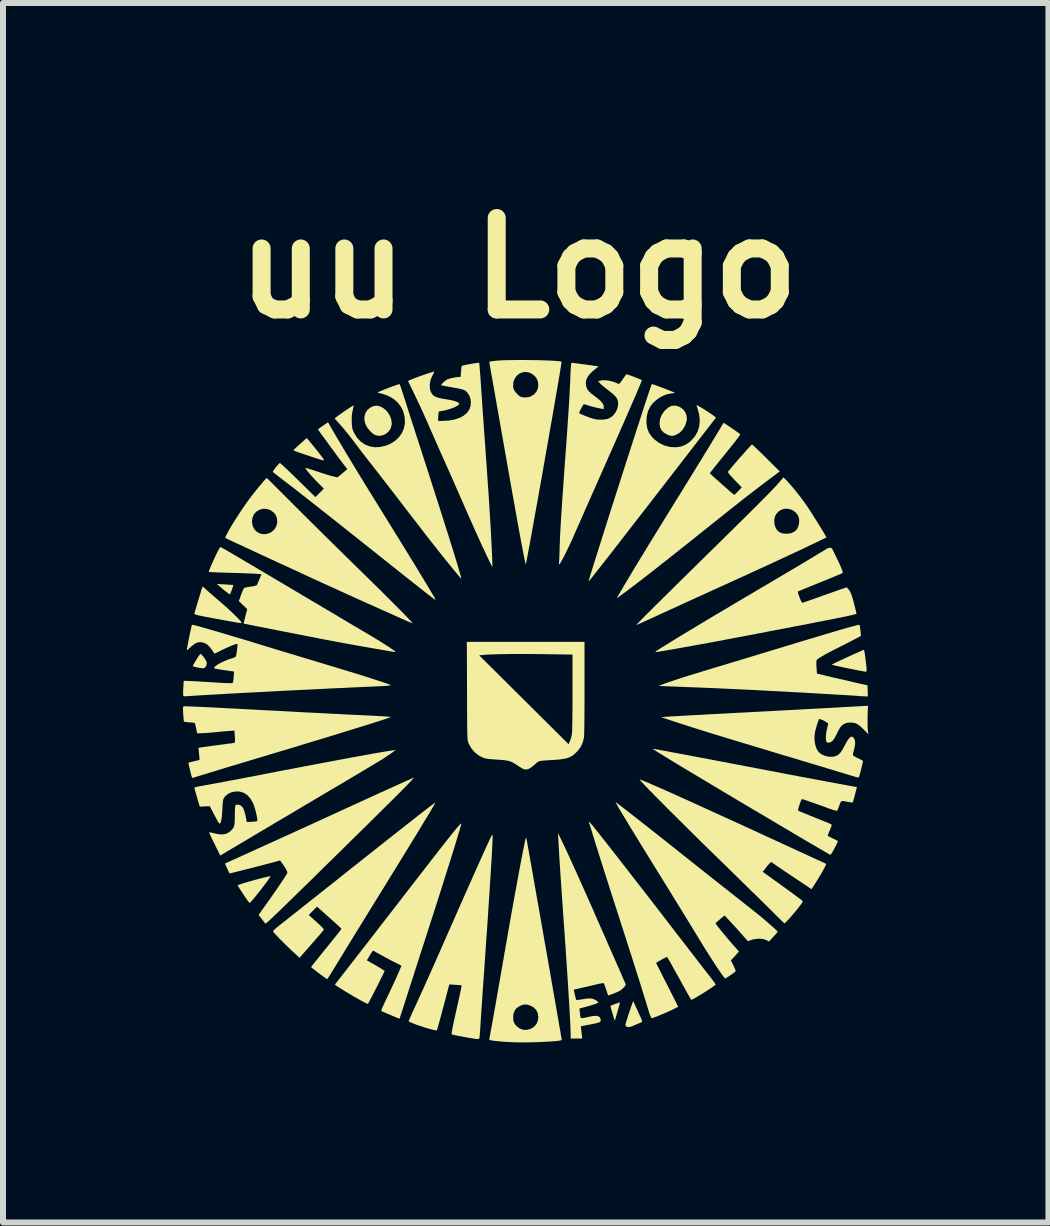
<source format=kicad_pcb>
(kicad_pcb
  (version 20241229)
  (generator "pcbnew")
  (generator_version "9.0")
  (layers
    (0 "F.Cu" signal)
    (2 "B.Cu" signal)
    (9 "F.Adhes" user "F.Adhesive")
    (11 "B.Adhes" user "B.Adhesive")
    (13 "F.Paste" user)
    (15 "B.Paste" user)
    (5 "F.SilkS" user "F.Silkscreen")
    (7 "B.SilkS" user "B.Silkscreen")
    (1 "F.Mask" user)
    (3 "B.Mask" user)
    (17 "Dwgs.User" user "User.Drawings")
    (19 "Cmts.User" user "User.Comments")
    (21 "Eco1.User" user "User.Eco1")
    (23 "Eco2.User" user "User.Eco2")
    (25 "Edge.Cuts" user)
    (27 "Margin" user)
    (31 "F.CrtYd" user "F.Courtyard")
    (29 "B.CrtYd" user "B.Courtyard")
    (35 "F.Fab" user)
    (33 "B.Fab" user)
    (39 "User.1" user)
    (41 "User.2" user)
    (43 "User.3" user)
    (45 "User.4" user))
  (footprint "uu Logo"
    (layer "F.Cu")
    (at 5.592 8.668)
    (property "Reference" "uu Logo" (at 0 -7.25 0) (layer "F.SilkS") (effects (font (size 1.524 1.524) (thickness 0.3))))
    (attr board_only exclude_from_pos_files exclude_from_bom)
    (fp_poly (pts (xy -4.892 -1.977) (xy -4.842 -1.974) (xy -4.801 -1.971) (xy -4.771 -1.969) (xy -4.756 -1.967) (xy -4.755 -1.967) (xy -4.756 -1.957) (xy -4.763 -1.933) (xy -4.773 -1.902) (xy -4.785 -1.869) (xy -4.796 -1.839) (xy -4.806 -1.818) (xy -4.81 -1.811) (xy -4.821 -1.817) (xy -4.842 -1.832) (xy -4.872 -1.855) (xy -4.884 -1.864) (xy -4.921 -1.894) (xy -4.957 -1.924) (xy -4.985 -1.948) (xy -4.989 -1.951) (xy -5.026 -1.984)) (stroke (width 0) (type solid)) (fill yes) (layer "F.SilkS"))
    (fp_poly (pts (xy -5.288 -0.813) (xy -5.269 -0.792) (xy -5.246 -0.765) (xy -5.225 -0.735) (xy -5.208 -0.707) (xy -5.201 -0.69) (xy -5.195 -0.659) (xy -5.2 -0.633) (xy -5.203 -0.625) (xy -5.219 -0.6) (xy -5.236 -0.585) (xy -5.261 -0.58) (xy -5.297 -0.583) (xy -5.341 -0.591) (xy -5.379 -0.6) (xy -5.41 -0.608) (xy -5.427 -0.613) (xy -5.429 -0.614) (xy -5.426 -0.624) (xy -5.414 -0.646) (xy -5.397 -0.677) (xy -5.375 -0.712) (xy -5.353 -0.748) (xy -5.332 -0.781) (xy -5.314 -0.806) (xy -5.304 -0.819) (xy -5.302 -0.82)) (stroke (width 0) (type solid)) (fill yes) (layer "F.SilkS"))
    (fp_poly (pts (xy -2.315 -4.947) (xy -2.264 -4.923) (xy -2.216 -4.887) (xy -2.175 -4.84) (xy -2.143 -4.787) (xy -2.121 -4.728) (xy -2.113 -4.667) (xy -2.115 -4.633) (xy -2.132 -4.575) (xy -2.165 -4.526) (xy -2.209 -4.488) (xy -2.263 -4.463) (xy -2.321 -4.454) (xy -2.38 -4.463) (xy -2.403 -4.475) (xy -2.434 -4.497) (xy -2.466 -4.526) (xy -2.471 -4.53) (xy -2.52 -4.59) (xy -2.552 -4.652) (xy -2.568 -4.715) (xy -2.568 -4.775) (xy -2.553 -4.831) (xy -2.522 -4.881) (xy -2.476 -4.921) (xy -2.419 -4.949) (xy -2.367 -4.957)) (stroke (width 0) (type solid)) (fill yes) (layer "F.SilkS"))
    (fp_poly (pts (xy 1.691 4.991) (xy 1.688 5.004) (xy 1.681 5.031) (xy 1.671 5.068) (xy 1.659 5.112) (xy 1.645 5.159) (xy 1.632 5.204) (xy 1.621 5.244) (xy 1.612 5.273) (xy 1.607 5.289) (xy 1.606 5.29) (xy 1.601 5.285) (xy 1.597 5.275) (xy 1.592 5.259) (xy 1.583 5.227) (xy 1.571 5.187) (xy 1.561 5.154) (xy 1.548 5.111) (xy 1.539 5.077) (xy 1.533 5.055) (xy 1.532 5.048) (xy 1.547 5.04) (xy 1.573 5.03) (xy 1.605 5.017) (xy 1.638 5.006) (xy 1.666 4.996) (xy 1.686 4.991)) (stroke (width 0) (type solid)) (fill yes) (layer "F.SilkS"))
    (fp_poly (pts (xy 2.637 -4.953) (xy 2.696 -4.93) (xy 2.745 -4.893) (xy 2.781 -4.845) (xy 2.802 -4.789) (xy 2.806 -4.728) (xy 2.802 -4.701) (xy 2.777 -4.624) (xy 2.737 -4.558) (xy 2.686 -4.506) (xy 2.631 -4.473) (xy 2.584 -4.456) (xy 2.541 -4.454) (xy 2.496 -4.467) (xy 2.476 -4.476) (xy 2.42 -4.509) (xy 2.382 -4.549) (xy 2.359 -4.599) (xy 2.351 -4.66) (xy 2.351 -4.67) (xy 2.36 -4.736) (xy 2.387 -4.802) (xy 2.429 -4.864) (xy 2.458 -4.893) (xy 2.504 -4.931) (xy 2.548 -4.952) (xy 2.592 -4.958)) (stroke (width 0) (type solid)) (fill yes) (layer "F.SilkS"))
    (fp_poly (pts (xy -3.499 -4.382) (xy -3.466 -4.342) (xy -3.427 -4.294) (xy -3.384 -4.242) (xy -3.343 -4.19) (xy -3.307 -4.143) (xy -3.278 -4.107) (xy -3.273 -4.099) (xy -3.251 -4.068) (xy -3.243 -4.05) (xy -3.249 -4.044) (xy -3.268 -4.047) (xy -3.281 -4.051) (xy -3.372 -4.08) (xy -3.458 -4.108) (xy -3.536 -4.134) (xy -3.605 -4.158) (xy -3.663 -4.178) (xy -3.708 -4.194) (xy -3.738 -4.205) (xy -3.751 -4.212) (xy -3.751 -4.212) (xy -3.744 -4.222) (xy -3.724 -4.242) (xy -3.692 -4.272) (xy -3.65 -4.31) (xy -3.601 -4.354) (xy -3.553 -4.396) (xy -3.529 -4.417)) (stroke (width 0) (type solid)) (fill yes) (layer "F.SilkS"))
    (fp_poly (pts (xy 1.93 5.007) (xy 1.941 5.031) (xy 1.958 5.068) (xy 1.979 5.114) (xy 2.002 5.165) (xy 2.009 5.18) (xy 2.033 5.232) (xy 2.049 5.269) (xy 2.057 5.294) (xy 2.06 5.309) (xy 2.057 5.316) (xy 2.053 5.319) (xy 2.037 5.325) (xy 2.007 5.338) (xy 1.97 5.354) (xy 1.95 5.363) (xy 1.898 5.385) (xy 1.859 5.398) (xy 1.83 5.401) (xy 1.807 5.396) (xy 1.798 5.391) (xy 1.784 5.375) (xy 1.781 5.364) (xy 1.784 5.35) (xy 1.792 5.321) (xy 1.805 5.281) (xy 1.82 5.232) (xy 1.837 5.179) (xy 1.855 5.126) (xy 1.872 5.076) (xy 1.887 5.033) (xy 1.899 5) (xy 1.9 4.997) (xy 1.912 4.967)) (stroke (width 0) (type solid)) (fill yes) (layer "F.SilkS"))
    (fp_poly (pts (xy 5.764 -0.862) (xy 5.769 -0.838) (xy 5.775 -0.799) (xy 5.782 -0.75) (xy 5.788 -0.698) (xy 5.794 -0.646) (xy 5.799 -0.601) (xy 5.802 -0.567) (xy 5.802 -0.554) (xy 5.799 -0.53) (xy 5.79 -0.521) (xy 5.79 -0.521) (xy 5.777 -0.523) (xy 5.747 -0.529) (xy 5.703 -0.537) (xy 5.647 -0.548) (xy 5.582 -0.561) (xy 5.511 -0.575) (xy 5.5 -0.577) (xy 5.428 -0.592) (xy 5.363 -0.606) (xy 5.308 -0.618) (xy 5.265 -0.628) (xy 5.235 -0.635) (xy 5.223 -0.639) (xy 5.222 -0.639) (xy 5.232 -0.646) (xy 5.258 -0.66) (xy 5.299 -0.68) (xy 5.355 -0.707) (xy 5.423 -0.738) (xy 5.502 -0.775) (xy 5.591 -0.815) (xy 5.607 -0.822) (xy 5.757 -0.889)) (stroke (width 0) (type solid)) (fill yes) (layer "F.SilkS"))
    (fp_poly (pts (xy -4.134 2.885) (xy -4.138 2.895) (xy -4.152 2.918) (xy -4.175 2.952) (xy -4.205 2.993) (xy -4.241 3.041) (xy -4.279 3.091) (xy -4.319 3.143) (xy -4.359 3.192) (xy -4.396 3.238) (xy -4.429 3.277) (xy -4.456 3.307) (xy -4.474 3.326) (xy -4.482 3.331) (xy -4.49 3.323) (xy -4.508 3.301) (xy -4.532 3.268) (xy -4.562 3.226) (xy -4.588 3.186) (xy -4.619 3.139) (xy -4.646 3.097) (xy -4.666 3.064) (xy -4.678 3.043) (xy -4.68 3.036) (xy -4.667 3.03) (xy -4.638 3.02) (xy -4.597 3.007) (xy -4.545 2.991) (xy -4.487 2.974) (xy -4.425 2.957) (xy -4.362 2.939) (xy -4.301 2.923) (xy -4.245 2.909) (xy -4.198 2.897) (xy -4.162 2.889) (xy -4.14 2.885)) (stroke (width 0) (type solid)) (fill yes) (layer "F.SilkS"))
    (fp_poly (pts (xy -5.257 -1.936) (xy -5.238 -1.921) (xy -5.214 -1.899) (xy -5.193 -1.879) (xy -5.159 -1.849) (xy -5.115 -1.811) (xy -5.066 -1.768) (xy -5.013 -1.723) (xy -4.992 -1.705) (xy -4.928 -1.65) (xy -4.865 -1.594) (xy -4.805 -1.539) (xy -4.75 -1.487) (xy -4.702 -1.44) (xy -4.663 -1.4) (xy -4.635 -1.369) (xy -4.621 -1.349) (xy -4.617 -1.342) (xy -4.616 -1.337) (xy -4.619 -1.334) (xy -4.63 -1.333) (xy -4.649 -1.335) (xy -4.679 -1.339) (xy -4.722 -1.347) (xy -4.781 -1.358) (xy -4.857 -1.371) (xy -4.977 -1.393) (xy -5.079 -1.412) (xy -5.164 -1.428) (xy -5.233 -1.441) (xy -5.288 -1.452) (xy -5.331 -1.461) (xy -5.362 -1.469) (xy -5.383 -1.475) (xy -5.396 -1.48) (xy -5.402 -1.484) (xy -5.402 -1.486) (xy -5.399 -1.499) (xy -5.392 -1.528) (xy -5.38 -1.569) (xy -5.365 -1.62) (xy -5.351 -1.667) (xy -5.333 -1.726) (xy -5.316 -1.782) (xy -5.301 -1.831) (xy -5.29 -1.869) (xy -5.285 -1.886) (xy -5.275 -1.915) (xy -5.268 -1.935) (xy -5.266 -1.94)) (stroke (width 0) (type solid)) (fill yes) (layer "F.SilkS"))
    (fp_poly (pts (xy 1.1 -0.246) (xy 1.1 -0.117) (xy 1.1 0.005) (xy 1.099 0.12) (xy 1.099 0.226) (xy 1.098 0.321) (xy 1.097 0.403) (xy 1.095 0.471) (xy 1.094 0.524) (xy 1.093 0.56) (xy 1.091 0.577) (xy 1.069 0.661) (xy 1.035 0.733) (xy 0.987 0.797) (xy 0.983 0.801) (xy 0.944 0.84) (xy 0.906 0.872) (xy 0.865 0.896) (xy 0.819 0.915) (xy 0.765 0.928) (xy 0.698 0.939) (xy 0.618 0.946) (xy 0.543 0.95) (xy 0.48 0.954) (xy 0.425 0.958) (xy 0.38 0.963) (xy 0.35 0.968) (xy 0.338 0.971) (xy 0.319 0.984) (xy 0.292 1.006) (xy 0.264 1.03) (xy 0.212 1.072) (xy 0.168 1.098) (xy 0.129 1.108) (xy 0.092 1.103) (xy 0.082 1.1) (xy 0.065 1.091) (xy 0.035 1.073) (xy -0.002 1.05) (xy -0.03 1.031) (xy -0.069 1.007) (xy -0.103 0.987) (xy -0.136 0.973) (xy -0.173 0.963) (xy -0.216 0.955) (xy -0.269 0.949) (xy -0.337 0.944) (xy -0.38 0.941) (xy -0.452 0.936) (xy -0.508 0.931) (xy -0.55 0.923) (xy -0.582 0.914) (xy -0.587 0.912) (xy -0.666 0.872) (xy -0.735 0.816) (xy -0.792 0.746) (xy -0.834 0.667) (xy -0.838 0.658) (xy -0.841 0.648) (xy -0.844 0.636) (xy -0.847 0.622) (xy -0.849 0.603) (xy -0.85 0.578) (xy -0.852 0.546) (xy -0.853 0.506) (xy -0.854 0.456) (xy -0.855 0.395) (xy -0.856 0.321) (xy -0.856 0.233) (xy -0.857 0.13) (xy -0.857 0.011) (xy -0.858 -0.126) (xy -0.858 -0.203) (xy -0.86 -0.795) (xy -0.655 -0.795) (xy 0.834 0.685) (xy 0.857 0.635) (xy 0.871 0.597) (xy 0.883 0.551) (xy 0.89 0.515) (xy 0.892 0.491) (xy 0.894 0.449) (xy 0.895 0.39) (xy 0.897 0.316) (xy 0.898 0.228) (xy 0.899 0.128) (xy 0.9 0.018) (xy 0.9 -0.1) (xy 0.9 -0.181) (xy 0.9 -0.808) (xy 0.415 -0.815) (xy 0.259 -0.817) (xy 0.108 -0.818) (xy -0.034 -0.818) (xy -0.166 -0.817) (xy -0.287 -0.815) (xy -0.394 -0.812) (xy -0.486 -0.809) (xy -0.56 -0.804) (xy -0.589 -0.802) (xy -0.655 -0.795) (xy -0.86 -0.795) (xy -0.861 -1.02) (xy 1.1 -1.02)) (stroke (width 0) (type solid)) (fill yes) (layer "F.SilkS"))
    (fp_poly (pts (xy 5.682 -1.304) (xy 5.687 -1.291) (xy 5.692 -1.263) (xy 5.697 -1.225) (xy 5.699 -1.208) (xy 5.708 -1.12) (xy 5.618 -1.071) (xy 5.576 -1.05) (xy 5.523 -1.022) (xy 5.463 -0.991) (xy 5.402 -0.96) (xy 5.372 -0.945) (xy 5.273 -0.895) (xy 5.185 -0.85) (xy 5.112 -0.81) (xy 5.052 -0.776) (xy 5.008 -0.748) (xy 4.98 -0.728) (xy 4.971 -0.718) (xy 4.965 -0.695) (xy 4.964 -0.652) (xy 4.967 -0.595) (xy 4.974 -0.492) (xy 5.165 -0.446) (xy 5.236 -0.429) (xy 5.32 -0.41) (xy 5.409 -0.389) (xy 5.498 -0.368) (xy 5.58 -0.349) (xy 5.587 -0.347) (xy 5.817 -0.295) (xy 5.82 -0.202) (xy 5.823 -0.11) (xy 5.77 -0.112) (xy 5.735 -0.113) (xy 5.703 -0.115) (xy 5.692 -0.116) (xy 5.675 -0.118) (xy 5.639 -0.12) (xy 5.587 -0.124) (xy 5.52 -0.128) (xy 5.44 -0.133) (xy 5.349 -0.138) (xy 5.249 -0.144) (xy 5.141 -0.151) (xy 5.026 -0.157) (xy 4.908 -0.164) (xy 4.787 -0.171) (xy 4.666 -0.178) (xy 4.545 -0.184) (xy 4.428 -0.191) (xy 4.315 -0.197) (xy 4.208 -0.202) (xy 4.109 -0.208) (xy 4.02 -0.212) (xy 3.967 -0.215) (xy 3.827 -0.222) (xy 3.704 -0.228) (xy 3.597 -0.233) (xy 3.503 -0.237) (xy 3.419 -0.241) (xy 3.343 -0.245) (xy 3.273 -0.248) (xy 3.207 -0.251) (xy 3.142 -0.253) (xy 3.075 -0.256) (xy 3.005 -0.259) (xy 2.956 -0.261) (xy 2.871 -0.264) (xy 2.782 -0.267) (xy 2.696 -0.271) (xy 2.617 -0.274) (xy 2.548 -0.276) (xy 2.496 -0.279) (xy 2.336 -0.285) (xy 2.396 -0.309) (xy 2.443 -0.327) (xy 2.497 -0.346) (xy 2.561 -0.368) (xy 2.636 -0.393) (xy 2.723 -0.421) (xy 2.823 -0.453) (xy 2.938 -0.488) (xy 3.068 -0.528) (xy 3.215 -0.573) (xy 3.321 -0.605) (xy 3.449 -0.643) (xy 3.59 -0.686) (xy 3.74 -0.731) (xy 3.894 -0.778) (xy 4.048 -0.825) (xy 4.197 -0.87) (xy 4.336 -0.912) (xy 4.457 -0.949) (xy 4.655 -1.009) (xy 4.834 -1.063) (xy 4.995 -1.111) (xy 5.137 -1.154) (xy 5.263 -1.191) (xy 5.371 -1.223) (xy 5.462 -1.249) (xy 5.537 -1.27) (xy 5.596 -1.286) (xy 5.64 -1.297) (xy 5.668 -1.303) (xy 5.681 -1.304)) (stroke (width 0) (type solid)) (fill yes) (layer "F.SilkS"))
    (fp_poly (pts (xy 4.454 -3.724) (xy 4.488 -3.69) (xy 4.53 -3.642) (xy 4.578 -3.586) (xy 4.629 -3.523) (xy 4.681 -3.458) (xy 4.729 -3.394) (xy 4.772 -3.335) (xy 4.783 -3.32) (xy 4.819 -3.268) (xy 4.862 -3.203) (xy 4.909 -3.128) (xy 4.959 -3.05) (xy 5.008 -2.971) (xy 5.053 -2.897) (xy 5.093 -2.831) (xy 5.106 -2.808) (xy 5.133 -2.761) (xy 4.965 -2.68) (xy 4.857 -2.628) (xy 4.746 -2.575) (xy 4.63 -2.52) (xy 4.507 -2.463) (xy 4.376 -2.402) (xy 4.236 -2.337) (xy 4.085 -2.267) (xy 3.922 -2.193) (xy 3.746 -2.112) (xy 3.555 -2.025) (xy 3.348 -1.931) (xy 3.216 -1.871) (xy 3.102 -1.819) (xy 2.983 -1.765) (xy 2.864 -1.71) (xy 2.746 -1.657) (xy 2.634 -1.605) (xy 2.528 -1.557) (xy 2.433 -1.513) (xy 2.351 -1.476) (xy 2.294 -1.449) (xy 2.219 -1.415) (xy 2.15 -1.383) (xy 2.088 -1.355) (xy 2.037 -1.332) (xy 1.998 -1.315) (xy 1.973 -1.304) (xy 1.964 -1.301) (xy 1.969 -1.307) (xy 1.987 -1.327) (xy 2.017 -1.358) (xy 2.056 -1.398) (xy 2.105 -1.448) (xy 2.161 -1.504) (xy 2.223 -1.566) (xy 2.286 -1.629) (xy 2.349 -1.691) (xy 2.424 -1.766) (xy 2.51 -1.85) (xy 2.603 -1.942) (xy 2.702 -2.04) (xy 2.806 -2.142) (xy 2.911 -2.245) (xy 3.016 -2.349) (xy 3.118 -2.449) (xy 3.186 -2.516) (xy 3.341 -2.668) (xy 3.482 -2.807) (xy 3.609 -2.933) (xy 3.714 -3.036) (xy 4.262 -3.036) (xy 4.269 -2.967) (xy 4.291 -2.909) (xy 4.327 -2.864) (xy 4.36 -2.841) (xy 4.401 -2.828) (xy 4.451 -2.822) (xy 4.504 -2.824) (xy 4.551 -2.833) (xy 4.559 -2.837) (xy 4.609 -2.864) (xy 4.644 -2.901) (xy 4.666 -2.951) (xy 4.677 -3.004) (xy 4.677 -3.069) (xy 4.659 -3.126) (xy 4.622 -3.174) (xy 4.611 -3.185) (xy 4.557 -3.22) (xy 4.501 -3.237) (xy 4.444 -3.239) (xy 4.39 -3.226) (xy 4.342 -3.199) (xy 4.303 -3.161) (xy 4.275 -3.111) (xy 4.262 -3.052) (xy 4.262 -3.036) (xy 3.714 -3.036) (xy 3.725 -3.046) (xy 3.828 -3.149) (xy 3.92 -3.24) (xy 4.002 -3.322) (xy 4.073 -3.394) (xy 4.135 -3.457) (xy 4.189 -3.511) (xy 4.234 -3.558) (xy 4.272 -3.598) (xy 4.303 -3.631) (xy 4.327 -3.659) (xy 4.336 -3.669) (xy 4.415 -3.762)) (stroke (width 0) (type solid)) (fill yes) (layer "F.SilkS"))
    (fp_poly (pts (xy -1.803 1.311) (xy -1.822 1.331) (xy -1.854 1.364) (xy -1.898 1.409) (xy -1.953 1.465) (xy -2.019 1.531) (xy -2.094 1.606) (xy -2.178 1.689) (xy -2.269 1.779) (xy -2.366 1.875) (xy -2.469 1.977) (xy -2.576 2.083) (xy -2.687 2.192) (xy -2.8 2.303) (xy -2.914 2.416) (xy -3.03 2.53) (xy -3.145 2.643) (xy -3.259 2.754) (xy -3.37 2.864) (xy -3.478 2.97) (xy -3.582 3.071) (xy -3.681 3.168) (xy -3.773 3.258) (xy -3.859 3.341) (xy -3.936 3.416) (xy -4.004 3.482) (xy -4.063 3.538) (xy -4.11 3.583) (xy -4.145 3.616) (xy -4.167 3.637) (xy -4.172 3.641) (xy -4.217 3.678) (xy -4.274 3.605) (xy -4.332 3.531) (xy -4.195 3.339) (xy -4.145 3.269) (xy -4.096 3.198) (xy -4.047 3.128) (xy -4.001 3.061) (xy -3.959 2.999) (xy -3.922 2.943) (xy -3.891 2.897) (xy -3.869 2.861) (xy -3.855 2.837) (xy -3.852 2.83) (xy -3.857 2.806) (xy -3.874 2.771) (xy -3.898 2.729) (xy -3.928 2.686) (xy -3.974 2.623) (xy -4.02 2.636) (xy -4.051 2.645) (xy -4.095 2.657) (xy -4.151 2.671) (xy -4.215 2.688) (xy -4.286 2.707) (xy -4.362 2.726) (xy -4.438 2.746) (xy -4.514 2.765) (xy -4.587 2.784) (xy -4.653 2.8) (xy -4.712 2.815) (xy -4.759 2.827) (xy -4.794 2.835) (xy -4.813 2.839) (xy -4.816 2.84) (xy -4.821 2.829) (xy -4.832 2.806) (xy -4.847 2.776) (xy -4.862 2.742) (xy -4.877 2.711) (xy -4.887 2.688) (xy -4.892 2.677) (xy -4.892 2.676) (xy -4.884 2.671) (xy -4.862 2.661) (xy -4.831 2.646) (xy -4.829 2.646) (xy -4.798 2.632) (xy -4.75 2.61) (xy -4.687 2.582) (xy -4.613 2.548) (xy -4.528 2.51) (xy -4.435 2.467) (xy -4.336 2.422) (xy -4.232 2.375) (xy -4.126 2.327) (xy -4.02 2.279) (xy -3.916 2.231) (xy -3.815 2.186) (xy -3.72 2.142) (xy -3.632 2.102) (xy -3.555 2.067) (xy -3.489 2.037) (xy -3.436 2.013) (xy -3.426 2.008) (xy -3.257 1.93) (xy -3.09 1.854) (xy -2.928 1.779) (xy -2.771 1.708) (xy -2.621 1.639) (xy -2.478 1.574) (xy -2.345 1.513) (xy -2.222 1.457) (xy -2.111 1.407) (xy -2.012 1.362) (xy -1.927 1.324) (xy -1.857 1.292) (xy -1.804 1.269) (xy -1.783 1.259) (xy -1.74 1.241)) (stroke (width 0) (type solid)) (fill yes) (layer "F.SilkS"))
    (fp_poly (pts (xy -4.189 -3.745) (xy -4.169 -3.725) (xy -4.136 -3.693) (xy -4.093 -3.65) (xy -4.04 -3.598) (xy -3.979 -3.537) (xy -3.911 -3.469) (xy -3.836 -3.394) (xy -3.756 -3.314) (xy -3.69 -3.248) (xy -3.587 -3.145) (xy -3.473 -3.032) (xy -3.352 -2.912) (xy -3.226 -2.787) (xy -3.098 -2.661) (xy -2.973 -2.538) (xy -2.853 -2.42) (xy -2.742 -2.311) (xy -2.676 -2.247) (xy -2.568 -2.141) (xy -2.463 -2.038) (xy -2.362 -1.939) (xy -2.266 -1.844) (xy -2.176 -1.754) (xy -2.092 -1.67) (xy -2.016 -1.594) (xy -1.948 -1.525) (xy -1.89 -1.466) (xy -1.842 -1.416) (xy -1.805 -1.376) (xy -1.78 -1.349) (xy -1.768 -1.334) (xy -1.767 -1.331) (xy -1.78 -1.335) (xy -1.806 -1.345) (xy -1.839 -1.359) (xy -1.846 -1.362) (xy -2.081 -1.466) (xy -2.304 -1.566) (xy -2.513 -1.659) (xy -2.708 -1.747) (xy -2.871 -1.821) (xy -2.956 -1.86) (xy -3.051 -1.903) (xy -3.154 -1.95) (xy -3.264 -2) (xy -3.379 -2.053) (xy -3.499 -2.108) (xy -3.621 -2.164) (xy -3.745 -2.222) (xy -3.869 -2.279) (xy -3.992 -2.335) (xy -4.113 -2.391) (xy -4.229 -2.445) (xy -4.34 -2.496) (xy -4.445 -2.545) (xy -4.542 -2.59) (xy -4.629 -2.631) (xy -4.706 -2.666) (xy -4.771 -2.697) (xy -4.823 -2.721) (xy -4.86 -2.739) (xy -4.881 -2.749) (xy -4.886 -2.751) (xy -4.885 -2.764) (xy -4.874 -2.791) (xy -4.854 -2.83) (xy -4.827 -2.88) (xy -4.793 -2.938) (xy -4.754 -3.003) (xy -4.74 -3.025) (xy -4.442 -3.025) (xy -4.433 -2.961) (xy -4.409 -2.906) (xy -4.372 -2.863) (xy -4.325 -2.832) (xy -4.271 -2.816) (xy -4.212 -2.815) (xy -4.152 -2.833) (xy -4.127 -2.845) (xy -4.075 -2.886) (xy -4.041 -2.937) (xy -4.023 -2.996) (xy -4.022 -3.023) (xy -4.027 -3.083) (xy -4.044 -3.13) (xy -4.076 -3.172) (xy -4.083 -3.178) (xy -4.134 -3.215) (xy -4.192 -3.235) (xy -4.252 -3.239) (xy -4.31 -3.225) (xy -4.317 -3.222) (xy -4.373 -3.188) (xy -4.412 -3.142) (xy -4.435 -3.085) (xy -4.442 -3.025) (xy -4.74 -3.025) (xy -4.71 -3.072) (xy -4.664 -3.144) (xy -4.616 -3.216) (xy -4.568 -3.287) (xy -4.521 -3.354) (xy -4.482 -3.407) (xy -4.45 -3.449) (xy -4.414 -3.495) (xy -4.375 -3.545) (xy -4.335 -3.594) (xy -4.296 -3.64) (xy -4.261 -3.682) (xy -4.232 -3.716) (xy -4.21 -3.74) (xy -4.198 -3.751) (xy -4.197 -3.751)) (stroke (width 0) (type solid)) (fill yes) (layer "F.SilkS"))
    (fp_poly (pts (xy 0.129 2.249) (xy 0.134 2.268) (xy 0.137 2.286) (xy 0.144 2.321) (xy 0.153 2.374) (xy 0.166 2.442) (xy 0.18 2.525) (xy 0.197 2.62) (xy 0.216 2.728) (xy 0.237 2.845) (xy 0.259 2.973) (xy 0.283 3.108) (xy 0.308 3.25) (xy 0.334 3.398) (xy 0.361 3.55) (xy 0.388 3.705) (xy 0.416 3.862) (xy 0.443 4.019) (xy 0.471 4.176) (xy 0.498 4.331) (xy 0.525 4.483) (xy 0.55 4.63) (xy 0.575 4.772) (xy 0.599 4.907) (xy 0.621 5.034) (xy 0.641 5.152) (xy 0.66 5.259) (xy 0.676 5.354) (xy 0.691 5.436) (xy 0.702 5.504) (xy 0.711 5.556) (xy 0.717 5.592) (xy 0.72 5.609) (xy 0.72 5.611) (xy 0.717 5.617) (xy 0.706 5.622) (xy 0.685 5.627) (xy 0.651 5.631) (xy 0.602 5.636) (xy 0.537 5.64) (xy 0.52 5.642) (xy 0.361 5.65) (xy 0.204 5.655) (xy 0.053 5.656) (xy -0.085 5.654) (xy -0.116 5.652) (xy -0.182 5.649) (xy -0.251 5.644) (xy -0.316 5.639) (xy -0.371 5.633) (xy -0.384 5.632) (xy -0.431 5.626) (xy -0.462 5.621) (xy -0.479 5.616) (xy -0.487 5.61) (xy -0.487 5.602) (xy -0.487 5.598) (xy -0.482 5.579) (xy -0.475 5.54) (xy -0.465 5.483) (xy -0.451 5.409) (xy -0.435 5.318) (xy -0.417 5.217) (xy -0.088 5.217) (xy -0.088 5.276) (xy -0.076 5.323) (xy -0.052 5.363) (xy -0.031 5.386) (xy 0.022 5.425) (xy 0.081 5.446) (xy 0.143 5.447) (xy 0.205 5.429) (xy 0.217 5.424) (xy 0.27 5.386) (xy 0.306 5.338) (xy 0.326 5.278) (xy 0.33 5.232) (xy 0.321 5.169) (xy 0.295 5.116) (xy 0.251 5.072) (xy 0.2 5.043) (xy 0.142 5.025) (xy 0.085 5.026) (xy 0.026 5.046) (xy 0.021 5.048) (xy -0.03 5.082) (xy -0.064 5.125) (xy -0.083 5.179) (xy -0.088 5.217) (xy -0.417 5.217) (xy -0.416 5.211) (xy -0.394 5.089) (xy -0.37 4.952) (xy -0.344 4.802) (xy -0.315 4.639) (xy -0.285 4.464) (xy -0.252 4.277) (xy -0.236 4.182) (xy -0.202 3.99) (xy -0.17 3.803) (xy -0.138 3.622) (xy -0.107 3.448) (xy -0.077 3.282) (xy -0.048 3.124) (xy -0.021 2.976) (xy 0.004 2.839) (xy 0.028 2.713) (xy 0.049 2.6) (xy 0.068 2.501) (xy 0.085 2.417) (xy 0.099 2.348) (xy 0.11 2.295) (xy 0.118 2.261) (xy 0.123 2.244) (xy 0.124 2.244)) (stroke (width 0) (type solid)) (fill yes) (layer "F.SilkS"))
    (fp_poly (pts (xy 2.034 1.277) (xy 2.062 1.288) (xy 2.108 1.307) (xy 2.17 1.333) (xy 2.248 1.367) (xy 2.342 1.408) (xy 2.451 1.456) (xy 2.575 1.511) (xy 2.712 1.573) (xy 2.864 1.642) (xy 3.028 1.716) (xy 3.205 1.797) (xy 3.393 1.883) (xy 3.594 1.974) (xy 3.805 2.071) (xy 4.027 2.173) (xy 4.087 2.201) (xy 4.211 2.258) (xy 4.331 2.313) (xy 4.446 2.366) (xy 4.555 2.416) (xy 4.656 2.463) (xy 4.748 2.505) (xy 4.829 2.542) (xy 4.897 2.574) (xy 4.952 2.599) (xy 4.992 2.617) (xy 5.013 2.626) (xy 5.055 2.645) (xy 5.091 2.662) (xy 5.116 2.675) (xy 5.126 2.681) (xy 5.124 2.693) (xy 5.113 2.719) (xy 5.093 2.758) (xy 5.066 2.807) (xy 5.033 2.864) (xy 4.995 2.927) (xy 4.953 2.994) (xy 4.944 3.009) (xy 4.884 3.102) (xy 4.63 2.932) (xy 4.562 2.887) (xy 4.495 2.842) (xy 4.432 2.8) (xy 4.376 2.762) (xy 4.33 2.731) (xy 4.298 2.709) (xy 4.294 2.706) (xy 4.211 2.648) (xy 4.185 2.672) (xy 4.166 2.692) (xy 4.141 2.722) (xy 4.115 2.755) (xy 4.071 2.814) (xy 4.143 2.865) (xy 4.197 2.904) (xy 4.257 2.947) (xy 4.322 2.993) (xy 4.388 3.041) (xy 4.453 3.089) (xy 4.517 3.135) (xy 4.576 3.178) (xy 4.628 3.217) (xy 4.671 3.249) (xy 4.703 3.273) (xy 4.722 3.288) (xy 4.726 3.291) (xy 4.733 3.299) (xy 4.736 3.308) (xy 4.732 3.32) (xy 4.721 3.338) (xy 4.701 3.365) (xy 4.67 3.405) (xy 4.661 3.417) (xy 4.625 3.462) (xy 4.586 3.508) (xy 4.548 3.553) (xy 4.511 3.595) (xy 4.479 3.629) (xy 4.454 3.655) (xy 4.437 3.67) (xy 4.433 3.671) (xy 4.425 3.665) (xy 4.404 3.646) (xy 4.373 3.616) (xy 4.335 3.578) (xy 4.29 3.534) (xy 4.257 3.5) (xy 4.221 3.465) (xy 4.173 3.417) (xy 4.114 3.359) (xy 4.045 3.291) (xy 3.968 3.215) (xy 3.884 3.134) (xy 3.796 3.047) (xy 3.705 2.958) (xy 3.613 2.868) (xy 3.536 2.793) (xy 3.376 2.636) (xy 3.221 2.485) (xy 3.073 2.341) (xy 2.933 2.203) (xy 2.801 2.072) (xy 2.678 1.95) (xy 2.563 1.836) (xy 2.458 1.731) (xy 2.363 1.635) (xy 2.278 1.55) (xy 2.205 1.475) (xy 2.143 1.411) (xy 2.094 1.359) (xy 2.057 1.319) (xy 2.033 1.291) (xy 2.023 1.277) (xy 2.023 1.275)) (stroke (width 0) (type solid)) (fill yes) (layer "F.SilkS"))
    (fp_poly (pts (xy 2.232 -5.314) (xy 2.26 -5.306) (xy 2.302 -5.291) (xy 2.357 -5.271) (xy 2.422 -5.246) (xy 2.496 -5.217) (xy 2.577 -5.185) (xy 2.596 -5.177) (xy 2.602 -5.172) (xy 2.592 -5.167) (xy 2.564 -5.162) (xy 2.551 -5.161) (xy 2.484 -5.149) (xy 2.423 -5.128) (xy 2.361 -5.096) (xy 2.331 -5.076) (xy 2.256 -5.017) (xy 2.2 -4.948) (xy 2.16 -4.87) (xy 2.138 -4.781) (xy 2.132 -4.682) (xy 2.133 -4.666) (xy 2.145 -4.583) (xy 2.173 -4.509) (xy 2.219 -4.442) (xy 2.261 -4.398) (xy 2.341 -4.337) (xy 2.429 -4.293) (xy 2.523 -4.269) (xy 2.622 -4.263) (xy 2.63 -4.264) (xy 2.709 -4.276) (xy 2.78 -4.303) (xy 2.847 -4.347) (xy 2.88 -4.377) (xy 2.943 -4.449) (xy 2.987 -4.529) (xy 3.013 -4.617) (xy 3.021 -4.712) (xy 3.01 -4.815) (xy 2.98 -4.925) (xy 2.966 -4.965) (xy 2.971 -4.965) (xy 2.991 -4.956) (xy 3.02 -4.939) (xy 3.058 -4.917) (xy 3.1 -4.891) (xy 3.143 -4.864) (xy 3.185 -4.836) (xy 3.223 -4.81) (xy 3.253 -4.788) (xy 3.264 -4.78) (xy 3.291 -4.757) (xy 2.885 -4.232) (xy 2.735 -4.038) (xy 2.598 -3.86) (xy 2.471 -3.696) (xy 2.354 -3.545) (xy 2.247 -3.407) (xy 2.149 -3.28) (xy 2.059 -3.165) (xy 1.977 -3.059) (xy 1.902 -2.962) (xy 1.834 -2.874) (xy 1.771 -2.793) (xy 1.713 -2.718) (xy 1.66 -2.65) (xy 1.61 -2.586) (xy 1.564 -2.526) (xy 1.52 -2.47) (xy 1.478 -2.416) (xy 1.442 -2.371) (xy 1.377 -2.288) (xy 1.323 -2.219) (xy 1.28 -2.164) (xy 1.245 -2.12) (xy 1.219 -2.087) (xy 1.2 -2.063) (xy 1.186 -2.046) (xy 1.178 -2.037) (xy 1.173 -2.032) (xy 1.171 -2.031) (xy 1.17 -2.033) (xy 1.17 -2.036) (xy 1.17 -2.037) (xy 1.173 -2.05) (xy 1.182 -2.08) (xy 1.196 -2.127) (xy 1.216 -2.19) (xy 1.239 -2.266) (xy 1.267 -2.356) (xy 1.299 -2.457) (xy 1.334 -2.569) (xy 1.373 -2.691) (xy 1.414 -2.82) (xy 1.457 -2.957) (xy 1.502 -3.099) (xy 1.549 -3.246) (xy 1.597 -3.397) (xy 1.646 -3.549) (xy 1.695 -3.702) (xy 1.744 -3.856) (xy 1.793 -4.008) (xy 1.841 -4.157) (xy 1.888 -4.302) (xy 1.933 -4.443) (xy 1.976 -4.577) (xy 2.018 -4.704) (xy 2.056 -4.822) (xy 2.091 -4.931) (xy 2.123 -5.028) (xy 2.151 -5.113) (xy 2.175 -5.185) (xy 2.194 -5.243) (xy 2.209 -5.284) (xy 2.218 -5.309) (xy 2.22 -5.315)) (stroke (width 0) (type solid)) (fill yes) (layer "F.SilkS"))
    (fp_poly (pts (xy 0.141 -5.717) (xy 0.235 -5.716) (xy 0.326 -5.715) (xy 0.414 -5.712) (xy 0.494 -5.71) (xy 0.566 -5.706) (xy 0.626 -5.702) (xy 0.673 -5.698) (xy 0.704 -5.693) (xy 0.717 -5.688) (xy 0.717 -5.678) (xy 0.713 -5.649) (xy 0.705 -5.602) (xy 0.695 -5.54) (xy 0.683 -5.463) (xy 0.667 -5.372) (xy 0.65 -5.27) (xy 0.63 -5.156) (xy 0.609 -5.032) (xy 0.586 -4.9) (xy 0.562 -4.76) (xy 0.536 -4.614) (xy 0.51 -4.463) (xy 0.483 -4.309) (xy 0.455 -4.152) (xy 0.427 -3.994) (xy 0.4 -3.836) (xy 0.372 -3.679) (xy 0.344 -3.525) (xy 0.318 -3.374) (xy 0.291 -3.229) (xy 0.266 -3.09) (xy 0.243 -2.958) (xy 0.22 -2.834) (xy 0.2 -2.721) (xy 0.181 -2.619) (xy 0.164 -2.529) (xy 0.15 -2.453) (xy 0.138 -2.391) (xy 0.129 -2.346) (xy 0.123 -2.318) (xy 0.121 -2.308) (xy 0.118 -2.317) (xy 0.112 -2.343) (xy 0.103 -2.386) (xy 0.091 -2.443) (xy 0.077 -2.514) (xy 0.062 -2.596) (xy 0.044 -2.688) (xy 0.026 -2.788) (xy 0.006 -2.895) (xy 0.002 -2.919) (xy -0.018 -3.027) (xy -0.04 -3.152) (xy -0.065 -3.291) (xy -0.092 -3.441) (xy -0.12 -3.599) (xy -0.149 -3.762) (xy -0.178 -3.927) (xy -0.207 -4.09) (xy -0.235 -4.251) (xy -0.262 -4.404) (xy -0.27 -4.447) (xy -0.294 -4.583) (xy -0.317 -4.717) (xy -0.34 -4.847) (xy -0.362 -4.971) (xy -0.382 -5.087) (xy -0.401 -5.193) (xy -0.417 -5.283) (xy -0.09 -5.283) (xy -0.086 -5.249) (xy -0.074 -5.218) (xy -0.05 -5.182) (xy -0.019 -5.147) (xy 0.013 -5.119) (xy 0.035 -5.106) (xy 0.078 -5.095) (xy 0.13 -5.094) (xy 0.181 -5.102) (xy 0.205 -5.111) (xy 0.262 -5.146) (xy 0.301 -5.193) (xy 0.324 -5.249) (xy 0.33 -5.302) (xy 0.323 -5.362) (xy 0.301 -5.412) (xy 0.265 -5.455) (xy 0.214 -5.494) (xy 0.159 -5.514) (xy 0.105 -5.518) (xy 0.052 -5.508) (xy 0.004 -5.484) (xy -0.036 -5.448) (xy -0.067 -5.401) (xy -0.086 -5.346) (xy -0.09 -5.283) (xy -0.417 -5.283) (xy -0.418 -5.289) (xy -0.432 -5.371) (xy -0.444 -5.439) (xy -0.453 -5.49) (xy -0.459 -5.522) (xy -0.469 -5.577) (xy -0.477 -5.624) (xy -0.483 -5.661) (xy -0.486 -5.684) (xy -0.486 -5.689) (xy -0.476 -5.692) (xy -0.45 -5.695) (xy -0.413 -5.701) (xy -0.385 -5.704) (xy -0.339 -5.709) (xy -0.28 -5.712) (xy -0.21 -5.715) (xy -0.13 -5.716) (xy -0.044 -5.717) (xy 0.048 -5.718)) (stroke (width 0) (type solid)) (fill yes) (layer "F.SilkS"))
    (fp_poly (pts (xy -4.957 -2.596) (xy -4.932 -2.582) (xy -4.893 -2.561) (xy -4.845 -2.533) (xy -4.789 -2.5) (xy -4.727 -2.464) (xy -4.673 -2.432) (xy -4.605 -2.392) (xy -4.524 -2.344) (xy -4.432 -2.29) (xy -4.33 -2.229) (xy -4.22 -2.164) (xy -4.102 -2.094) (xy -3.979 -2.021) (xy -3.852 -1.946) (xy -3.722 -1.869) (xy -3.591 -1.791) (xy -3.46 -1.713) (xy -3.33 -1.637) (xy -3.203 -1.561) (xy -3.08 -1.489) (xy -2.964 -1.419) (xy -2.854 -1.354) (xy -2.753 -1.294) (xy -2.661 -1.24) (xy -2.582 -1.193) (xy -2.514 -1.153) (xy -2.462 -1.122) (xy -2.424 -1.1) (xy -2.421 -1.098) (xy -2.359 -1.06) (xy -2.297 -1.022) (xy -2.237 -0.984) (xy -2.181 -0.948) (xy -2.133 -0.916) (xy -2.093 -0.889) (xy -2.066 -0.869) (xy -2.052 -0.857) (xy -2.051 -0.855) (xy -2.052 -0.853) (xy -2.057 -0.852) (xy -2.068 -0.852) (xy -2.089 -0.855) (xy -2.122 -0.86) (xy -2.17 -0.869) (xy -2.216 -0.876) (xy -2.33 -0.896) (xy -2.428 -0.913) (xy -2.514 -0.928) (xy -2.591 -0.941) (xy -2.664 -0.954) (xy -2.735 -0.967) (xy -2.81 -0.981) (xy -2.891 -0.995) (xy -2.921 -1.001) (xy -3.008 -1.017) (xy -3.108 -1.036) (xy -3.215 -1.056) (xy -3.321 -1.076) (xy -3.42 -1.096) (xy -3.471 -1.106) (xy -3.665 -1.144) (xy -3.84 -1.178) (xy -3.995 -1.208) (xy -4.132 -1.235) (xy -4.25 -1.259) (xy -4.349 -1.278) (xy -4.431 -1.294) (xy -4.494 -1.307) (xy -4.54 -1.317) (xy -4.568 -1.323) (xy -4.58 -1.325) (xy -4.58 -1.325) (xy -4.579 -1.336) (xy -4.573 -1.361) (xy -4.564 -1.399) (xy -4.553 -1.444) (xy -4.552 -1.447) (xy -4.522 -1.566) (xy -4.592 -1.633) (xy -4.661 -1.7) (xy -4.623 -1.807) (xy -4.602 -1.863) (xy -4.584 -1.9) (xy -4.57 -1.919) (xy -4.566 -1.922) (xy -4.548 -1.926) (xy -4.515 -1.932) (xy -4.475 -1.939) (xy -4.459 -1.941) (xy -4.419 -1.948) (xy -4.386 -1.955) (xy -4.366 -1.962) (xy -4.363 -1.965) (xy -4.355 -1.978) (xy -4.343 -2.006) (xy -4.327 -2.043) (xy -4.319 -2.062) (xy -4.284 -2.149) (xy -4.375 -2.155) (xy -4.408 -2.157) (xy -4.457 -2.159) (xy -4.52 -2.161) (xy -4.593 -2.164) (xy -4.673 -2.167) (xy -4.758 -2.169) (xy -4.811 -2.171) (xy -4.892 -2.173) (xy -4.967 -2.176) (xy -5.032 -2.178) (xy -5.087 -2.181) (xy -5.128 -2.183) (xy -5.153 -2.185) (xy -5.16 -2.186) (xy -5.159 -2.197) (xy -5.151 -2.224) (xy -5.136 -2.262) (xy -5.116 -2.308) (xy -5.093 -2.359) (xy -5.069 -2.412) (xy -5.044 -2.465) (xy -5.021 -2.513) (xy -5 -2.553) (xy -4.983 -2.583) (xy -4.971 -2.599) (xy -4.968 -2.601)) (stroke (width 0) (type solid)) (fill yes) (layer "F.SilkS"))
    (fp_poly (pts (xy 5.218 -2.581) (xy 5.231 -2.564) (xy 5.245 -2.538) (xy 5.261 -2.505) (xy 5.275 -2.475) (xy 5.313 -2.399) (xy 5.345 -2.331) (xy 5.371 -2.272) (xy 5.39 -2.225) (xy 5.402 -2.191) (xy 5.405 -2.172) (xy 5.404 -2.169) (xy 5.393 -2.163) (xy 5.366 -2.151) (xy 5.324 -2.133) (xy 5.269 -2.11) (xy 5.204 -2.083) (xy 5.131 -2.053) (xy 5.051 -2.021) (xy 5.028 -2.012) (xy 4.948 -1.979) (xy 4.873 -1.949) (xy 4.806 -1.921) (xy 4.749 -1.898) (xy 4.704 -1.879) (xy 4.672 -1.866) (xy 4.657 -1.859) (xy 4.656 -1.858) (xy 4.656 -1.846) (xy 4.663 -1.821) (xy 4.674 -1.788) (xy 4.688 -1.752) (xy 4.702 -1.717) (xy 4.715 -1.689) (xy 4.725 -1.673) (xy 4.728 -1.671) (xy 4.74 -1.674) (xy 4.768 -1.683) (xy 4.81 -1.697) (xy 4.863 -1.716) (xy 4.924 -1.737) (xy 4.978 -1.756) (xy 5.052 -1.783) (xy 5.128 -1.81) (xy 5.202 -1.836) (xy 5.268 -1.859) (xy 5.322 -1.878) (xy 5.343 -1.886) (xy 5.47 -1.929) (xy 5.495 -1.902) (xy 5.51 -1.884) (xy 5.525 -1.862) (xy 5.538 -1.834) (xy 5.552 -1.798) (xy 5.567 -1.752) (xy 5.583 -1.694) (xy 5.602 -1.621) (xy 5.624 -1.532) (xy 5.634 -1.491) (xy 5.631 -1.488) (xy 5.62 -1.483) (xy 5.6 -1.477) (xy 5.57 -1.469) (xy 5.529 -1.46) (xy 5.475 -1.448) (xy 5.407 -1.434) (xy 5.324 -1.417) (xy 5.225 -1.397) (xy 5.11 -1.375) (xy 4.975 -1.349) (xy 4.952 -1.344) (xy 4.689 -1.293) (xy 4.445 -1.246) (xy 4.219 -1.203) (xy 4.008 -1.162) (xy 3.813 -1.125) (xy 3.632 -1.091) (xy 3.463 -1.059) (xy 3.306 -1.029) (xy 3.16 -1.002) (xy 3.023 -0.977) (xy 2.895 -0.954) (xy 2.774 -0.932) (xy 2.658 -0.911) (xy 2.548 -0.892) (xy 2.513 -0.886) (xy 2.437 -0.873) (xy 2.379 -0.863) (xy 2.337 -0.856) (xy 2.308 -0.852) (xy 2.291 -0.851) (xy 2.284 -0.853) (xy 2.284 -0.856) (xy 2.286 -0.859) (xy 2.303 -0.871) (xy 2.337 -0.894) (xy 2.385 -0.925) (xy 2.449 -0.964) (xy 2.526 -1.012) (xy 2.616 -1.067) (xy 2.717 -1.129) (xy 2.83 -1.197) (xy 2.953 -1.271) (xy 3.085 -1.351) (xy 3.226 -1.435) (xy 3.374 -1.523) (xy 3.529 -1.615) (xy 3.689 -1.71) (xy 3.854 -1.807) (xy 3.962 -1.871) (xy 4.079 -1.94) (xy 4.198 -2.01) (xy 4.315 -2.079) (xy 4.429 -2.147) (xy 4.537 -2.211) (xy 4.639 -2.271) (xy 4.731 -2.326) (xy 4.812 -2.375) (xy 4.881 -2.416) (xy 4.934 -2.448) (xy 4.944 -2.454) (xy 5.018 -2.499) (xy 5.077 -2.535) (xy 5.123 -2.562) (xy 5.157 -2.58) (xy 5.183 -2.589) (xy 5.203 -2.589)) (stroke (width 0) (type solid)) (fill yes) (layer "F.SilkS"))
    (fp_poly (pts (xy -0.432 2.199) (xy -0.431 2.219) (xy -0.432 2.258) (xy -0.434 2.315) (xy -0.438 2.39) (xy -0.442 2.481) (xy -0.448 2.589) (xy -0.456 2.712) (xy -0.464 2.849) (xy -0.474 3) (xy -0.484 3.163) (xy -0.496 3.339) (xy -0.508 3.526) (xy -0.521 3.723) (xy -0.536 3.931) (xy -0.551 4.147) (xy -0.555 4.212) (xy -0.564 4.342) (xy -0.573 4.471) (xy -0.582 4.598) (xy -0.591 4.721) (xy -0.599 4.836) (xy -0.606 4.943) (xy -0.612 5.037) (xy -0.618 5.119) (xy -0.622 5.184) (xy -0.625 5.227) (xy -0.63 5.299) (xy -0.634 5.368) (xy -0.638 5.431) (xy -0.642 5.483) (xy -0.645 5.522) (xy -0.646 5.535) (xy -0.649 5.565) (xy -0.652 5.584) (xy -0.66 5.596) (xy -0.676 5.6) (xy -0.703 5.599) (xy -0.744 5.593) (xy -0.778 5.587) (xy -0.836 5.578) (xy -0.896 5.567) (xy -0.955 5.556) (xy -1.01 5.546) (xy -1.056 5.536) (xy -1.091 5.528) (xy -1.11 5.522) (xy -1.112 5.521) (xy -1.114 5.515) (xy -1.114 5.499) (xy -1.11 5.473) (xy -1.104 5.434) (xy -1.093 5.381) (xy -1.079 5.313) (xy -1.06 5.229) (xy -1.043 5.15) (xy -1.024 5.066) (xy -1.006 4.987) (xy -0.99 4.914) (xy -0.976 4.851) (xy -0.965 4.801) (xy -0.958 4.765) (xy -0.954 4.745) (xy -0.954 4.745) (xy -0.948 4.704) (xy -1.044 4.697) (xy -1.086 4.694) (xy -1.121 4.691) (xy -1.143 4.69) (xy -1.148 4.69) (xy -1.154 4.699) (xy -1.163 4.722) (xy -1.168 4.744) (xy -1.178 4.783) (xy -1.192 4.835) (xy -1.208 4.896) (xy -1.226 4.964) (xy -1.245 5.036) (xy -1.265 5.11) (xy -1.284 5.183) (xy -1.303 5.252) (xy -1.32 5.315) (xy -1.335 5.369) (xy -1.347 5.412) (xy -1.356 5.442) (xy -1.36 5.454) (xy -1.36 5.455) (xy -1.373 5.456) (xy -1.401 5.451) (xy -1.442 5.442) (xy -1.491 5.428) (xy -1.547 5.412) (xy -1.605 5.393) (xy -1.662 5.374) (xy -1.716 5.355) (xy -1.763 5.337) (xy -1.8 5.321) (xy -1.823 5.309) (xy -1.831 5.301) (xy -1.827 5.29) (xy -1.815 5.263) (xy -1.798 5.223) (xy -1.775 5.172) (xy -1.748 5.112) (xy -1.718 5.047) (xy -1.716 5.043) (xy -1.675 4.954) (xy -1.634 4.863) (xy -1.59 4.767) (xy -1.544 4.665) (xy -1.495 4.556) (xy -1.442 4.437) (xy -1.385 4.309) (xy -1.323 4.168) (xy -1.255 4.014) (xy -1.181 3.846) (xy -1.099 3.66) (xy -1.075 3.606) (xy -0.989 3.409) (xy -0.909 3.229) (xy -0.836 3.064) (xy -0.768 2.912) (xy -0.706 2.772) (xy -0.647 2.641) (xy -0.592 2.519) (xy -0.54 2.404) (xy -0.504 2.326) (xy -0.476 2.267) (xy -0.456 2.226) (xy -0.442 2.203) (xy -0.434 2.195)) (stroke (width 0) (type solid)) (fill yes) (layer "F.SilkS"))
    (fp_poly (pts (xy 1.182 1.98) (xy 1.201 2.002) (xy 1.232 2.039) (xy 1.274 2.092) (xy 1.327 2.158) (xy 1.391 2.239) (xy 1.466 2.333) (xy 1.55 2.441) (xy 1.645 2.562) (xy 1.749 2.696) (xy 1.863 2.842) (xy 1.985 3) (xy 2.117 3.169) (xy 2.257 3.35) (xy 2.405 3.542) (xy 2.561 3.745) (xy 2.632 3.837) (xy 2.709 3.936) (xy 2.784 4.033) (xy 2.857 4.128) (xy 2.926 4.217) (xy 2.99 4.3) (xy 3.048 4.375) (xy 3.098 4.44) (xy 3.14 4.494) (xy 3.172 4.535) (xy 3.189 4.556) (xy 3.222 4.6) (xy 3.251 4.638) (xy 3.272 4.668) (xy 3.284 4.687) (xy 3.286 4.693) (xy 3.274 4.704) (xy 3.248 4.723) (xy 3.212 4.748) (xy 3.168 4.777) (xy 3.119 4.809) (xy 3.068 4.841) (xy 3.017 4.872) (xy 2.971 4.899) (xy 2.931 4.922) (xy 2.901 4.938) (xy 2.883 4.946) (xy 2.88 4.946) (xy 2.873 4.937) (xy 2.859 4.912) (xy 2.837 4.874) (xy 2.809 4.825) (xy 2.777 4.768) (xy 2.741 4.704) (xy 2.731 4.684) (xy 2.675 4.583) (xy 2.628 4.499) (xy 2.589 4.429) (xy 2.558 4.372) (xy 2.533 4.327) (xy 2.513 4.293) (xy 2.499 4.268) (xy 2.489 4.251) (xy 2.482 4.24) (xy 2.477 4.234) (xy 2.475 4.232) (xy 2.474 4.232) (xy 2.462 4.236) (xy 2.438 4.248) (xy 2.407 4.264) (xy 2.373 4.283) (xy 2.34 4.302) (xy 2.313 4.318) (xy 2.296 4.329) (xy 2.293 4.332) (xy 2.298 4.342) (xy 2.311 4.367) (xy 2.331 4.407) (xy 2.357 4.459) (xy 2.389 4.521) (xy 2.424 4.592) (xy 2.463 4.668) (xy 2.479 4.699) (xy 2.662 5.062) (xy 2.564 5.111) (xy 2.519 5.132) (xy 2.467 5.156) (xy 2.413 5.179) (xy 2.359 5.202) (xy 2.309 5.222) (xy 2.266 5.238) (xy 2.235 5.249) (xy 2.219 5.252) (xy 2.212 5.245) (xy 2.202 5.223) (xy 2.187 5.186) (xy 2.169 5.132) (xy 2.147 5.059) (xy 2.138 5.029) (xy 2.12 4.97) (xy 2.101 4.91) (xy 2.082 4.847) (xy 2.062 4.781) (xy 2.04 4.711) (xy 2.016 4.634) (xy 1.989 4.55) (xy 1.96 4.458) (xy 1.927 4.355) (xy 1.891 4.241) (xy 1.85 4.115) (xy 1.806 3.975) (xy 1.756 3.819) (xy 1.7 3.647) (xy 1.641 3.461) (xy 1.598 3.329) (xy 1.555 3.196) (xy 1.513 3.065) (xy 1.473 2.938) (xy 1.434 2.817) (xy 1.398 2.703) (xy 1.365 2.6) (xy 1.336 2.508) (xy 1.312 2.43) (xy 1.292 2.369) (xy 1.285 2.346) (xy 1.263 2.272) (xy 1.241 2.203) (xy 1.222 2.14) (xy 1.206 2.088) (xy 1.193 2.048) (xy 1.186 2.024) (xy 1.185 2.022) (xy 1.177 1.995) (xy 1.174 1.977) (xy 1.174 1.974)) (stroke (width 0) (type solid)) (fill yes) (layer "F.SilkS"))
    (fp_poly (pts (xy -3.116 -4.578) (xy -3.066 -4.491) (xy -3.01 -4.397) (xy -2.95 -4.296) (xy -2.885 -4.186) (xy -2.813 -4.067) (xy -2.735 -3.938) (xy -2.649 -3.797) (xy -2.556 -3.645) (xy -2.454 -3.479) (xy -2.343 -3.3) (xy -2.223 -3.106) (xy -2.093 -2.896) (xy -2.059 -2.841) (xy -2.002 -2.749) (xy -1.942 -2.652) (xy -1.881 -2.553) (xy -1.819 -2.452) (xy -1.757 -2.351) (xy -1.697 -2.253) (xy -1.64 -2.158) (xy -1.586 -2.069) (xy -1.536 -1.987) (xy -1.492 -1.914) (xy -1.455 -1.851) (xy -1.425 -1.801) (xy -1.403 -1.764) (xy -1.392 -1.743) (xy -1.386 -1.727) (xy -1.388 -1.721) (xy -1.397 -1.727) (xy -1.421 -1.744) (xy -1.455 -1.77) (xy -1.499 -1.804) (xy -1.55 -1.843) (xy -1.601 -1.884) (xy -1.641 -1.915) (xy -1.694 -1.958) (xy -1.761 -2.01) (xy -1.838 -2.071) (xy -1.924 -2.14) (xy -2.018 -2.214) (xy -2.118 -2.294) (xy -2.222 -2.376) (xy -2.329 -2.461) (xy -2.436 -2.547) (xy -2.486 -2.586) (xy -2.656 -2.721) (xy -2.812 -2.845) (xy -2.954 -2.958) (xy -3.084 -3.061) (xy -3.203 -3.155) (xy -3.312 -3.241) (xy -3.412 -3.32) (xy -3.504 -3.392) (xy -3.59 -3.459) (xy -3.67 -3.522) (xy -3.745 -3.581) (xy -3.817 -3.636) (xy -3.882 -3.686) (xy -3.937 -3.729) (xy -3.988 -3.768) (xy -4.031 -3.801) (xy -4.065 -3.828) (xy -4.087 -3.845) (xy -4.095 -3.851) (xy -4.092 -3.861) (xy -4.079 -3.882) (xy -4.06 -3.909) (xy -4.037 -3.939) (xy -4.013 -3.967) (xy -3.993 -3.988) (xy -3.979 -4) (xy -3.976 -4.001) (xy -3.966 -3.994) (xy -3.945 -3.975) (xy -3.912 -3.945) (xy -3.869 -3.905) (xy -3.818 -3.857) (xy -3.762 -3.802) (xy -3.7 -3.742) (xy -3.675 -3.717) (xy -3.385 -3.433) (xy -3.315 -3.503) (xy -3.245 -3.573) (xy -3.326 -3.655) (xy -3.372 -3.701) (xy -3.416 -3.749) (xy -3.457 -3.794) (xy -3.493 -3.836) (xy -3.523 -3.872) (xy -3.543 -3.899) (xy -3.553 -3.915) (xy -3.553 -3.919) (xy -3.54 -3.917) (xy -3.512 -3.91) (xy -3.471 -3.897) (xy -3.42 -3.881) (xy -3.362 -3.862) (xy -3.346 -3.857) (xy -3.282 -3.835) (xy -3.22 -3.815) (xy -3.164 -3.798) (xy -3.118 -3.785) (xy -3.086 -3.777) (xy -3.084 -3.776) (xy -3.017 -3.762) (xy -2.972 -3.799) (xy -2.938 -3.826) (xy -2.904 -3.855) (xy -2.89 -3.867) (xy -2.853 -3.899) (xy -2.899 -3.958) (xy -2.921 -3.986) (xy -2.95 -4.025) (xy -2.986 -4.072) (xy -3.026 -4.126) (xy -3.069 -4.185) (xy -3.114 -4.246) (xy -3.159 -4.307) (xy -3.202 -4.366) (xy -3.242 -4.421) (xy -3.278 -4.47) (xy -3.307 -4.511) (xy -3.328 -4.54) (xy -3.339 -4.558) (xy -3.341 -4.561) (xy -3.333 -4.569) (xy -3.312 -4.585) (xy -3.282 -4.607) (xy -3.258 -4.623) (xy -3.175 -4.68)) (stroke (width 0) (type solid)) (fill yes) (layer "F.SilkS"))
    (fp_poly (pts (xy -1.981 -5.315) (xy -1.976 -5.303) (xy -1.966 -5.276) (xy -1.952 -5.236) (xy -1.936 -5.186) (xy -1.921 -5.142) (xy -1.91 -5.106) (xy -1.893 -5.054) (xy -1.871 -4.985) (xy -1.845 -4.903) (xy -1.815 -4.81) (xy -1.782 -4.706) (xy -1.746 -4.595) (xy -1.708 -4.477) (xy -1.668 -4.355) (xy -1.628 -4.23) (xy -1.616 -4.192) (xy -1.539 -3.955) (xy -1.467 -3.73) (xy -1.399 -3.517) (xy -1.334 -3.316) (xy -1.275 -3.129) (xy -1.22 -2.955) (xy -1.169 -2.796) (xy -1.124 -2.651) (xy -1.083 -2.521) (xy -1.048 -2.406) (xy -1.018 -2.308) (xy -0.994 -2.226) (xy -0.975 -2.161) (xy -0.962 -2.114) (xy -0.955 -2.085) (xy -0.954 -2.074) (xy -0.961 -2.08) (xy -0.979 -2.1) (xy -1.006 -2.132) (xy -1.04 -2.173) (xy -1.081 -2.221) (xy -1.119 -2.268) (xy -1.174 -2.337) (xy -1.228 -2.403) (xy -1.28 -2.468) (xy -1.333 -2.534) (xy -1.387 -2.604) (xy -1.445 -2.677) (xy -1.507 -2.756) (xy -1.575 -2.843) (xy -1.649 -2.94) (xy -1.732 -3.047) (xy -1.824 -3.166) (xy -1.927 -3.3) (xy -1.936 -3.311) (xy -2.008 -3.406) (xy -2.081 -3.501) (xy -2.153 -3.594) (xy -2.222 -3.683) (xy -2.286 -3.766) (xy -2.345 -3.842) (xy -2.396 -3.907) (xy -2.437 -3.961) (xy -2.466 -3.997) (xy -2.514 -4.058) (xy -2.565 -4.124) (xy -2.615 -4.189) (xy -2.66 -4.248) (xy -2.697 -4.297) (xy -2.701 -4.302) (xy -2.768 -4.391) (xy -2.827 -4.467) (xy -2.881 -4.533) (xy -2.932 -4.594) (xy -2.984 -4.653) (xy -2.99 -4.66) (xy -3.065 -4.743) (xy -3.036 -4.768) (xy -3.018 -4.781) (xy -2.989 -4.802) (xy -2.952 -4.828) (xy -2.911 -4.857) (xy -2.868 -4.886) (xy -2.827 -4.913) (xy -2.792 -4.936) (xy -2.765 -4.953) (xy -2.751 -4.961) (xy -2.749 -4.962) (xy -2.749 -4.953) (xy -2.753 -4.929) (xy -2.76 -4.895) (xy -2.764 -4.879) (xy -2.773 -4.831) (xy -2.779 -4.784) (xy -2.78 -4.731) (xy -2.779 -4.685) (xy -2.777 -4.635) (xy -2.773 -4.598) (xy -2.767 -4.569) (xy -2.758 -4.541) (xy -2.743 -4.509) (xy -2.738 -4.499) (xy -2.689 -4.419) (xy -2.628 -4.356) (xy -2.558 -4.308) (xy -2.479 -4.278) (xy -2.394 -4.264) (xy -2.305 -4.268) (xy -2.212 -4.29) (xy -2.143 -4.318) (xy -2.063 -4.366) (xy -1.996 -4.427) (xy -1.945 -4.498) (xy -1.91 -4.577) (xy -1.893 -4.663) (xy -1.893 -4.671) (xy -1.897 -4.766) (xy -1.919 -4.855) (xy -1.957 -4.936) (xy -2.012 -5.007) (xy -2.081 -5.068) (xy -2.164 -5.117) (xy -2.259 -5.152) (xy -2.326 -5.167) (xy -2.339 -5.17) (xy -2.345 -5.173) (xy -2.344 -5.178) (xy -2.332 -5.185) (xy -2.309 -5.196) (xy -2.272 -5.211) (xy -2.219 -5.232) (xy -2.177 -5.249) (xy -2.119 -5.271) (xy -2.068 -5.289) (xy -2.026 -5.304) (xy -1.997 -5.313) (xy -1.982 -5.315)) (stroke (width 0) (type solid)) (fill yes) (layer "F.SilkS"))
    (fp_poly (pts (xy -0.954 2.01) (xy -0.954 2.016) (xy -0.966 2.061) (xy -0.984 2.125) (xy -1.009 2.207) (xy -1.039 2.307) (xy -1.075 2.425) (xy -1.117 2.56) (xy -1.165 2.712) (xy -1.218 2.88) (xy -1.276 3.065) (xy -1.34 3.266) (xy -1.409 3.482) (xy -1.484 3.713) (xy -1.563 3.96) (xy -1.596 4.062) (xy -1.637 4.188) (xy -1.677 4.314) (xy -1.717 4.436) (xy -1.754 4.554) (xy -1.79 4.665) (xy -1.823 4.766) (xy -1.852 4.857) (xy -1.877 4.936) (xy -1.898 4.999) (xy -1.913 5.046) (xy -1.915 5.054) (xy -1.935 5.115) (xy -1.952 5.169) (xy -1.967 5.212) (xy -1.977 5.244) (xy -1.983 5.26) (xy -1.984 5.261) (xy -1.993 5.257) (xy -2.018 5.247) (xy -2.055 5.232) (xy -2.101 5.213) (xy -2.131 5.2) (xy -2.181 5.179) (xy -2.225 5.16) (xy -2.259 5.145) (xy -2.279 5.136) (xy -2.284 5.133) (xy -2.286 5.129) (xy -2.285 5.12) (xy -2.28 5.106) (xy -2.272 5.085) (xy -2.259 5.054) (xy -2.24 5.012) (xy -2.214 4.957) (xy -2.182 4.888) (xy -2.141 4.803) (xy -2.141 4.802) (xy -2.107 4.73) (xy -2.074 4.659) (xy -2.043 4.592) (xy -2.015 4.529) (xy -1.991 4.474) (xy -1.972 4.429) (xy -1.959 4.397) (xy -1.953 4.379) (xy -1.953 4.376) (xy -1.963 4.371) (xy -1.986 4.359) (xy -2.021 4.341) (xy -2.064 4.32) (xy -2.071 4.317) (xy -2.14 4.281) (xy -2.221 4.238) (xy -2.307 4.191) (xy -2.393 4.142) (xy -2.422 4.126) (xy -2.43 4.132) (xy -2.445 4.152) (xy -2.465 4.183) (xy -2.478 4.205) (xy -2.528 4.288) (xy -2.379 4.372) (xy -2.331 4.401) (xy -2.289 4.426) (xy -2.256 4.447) (xy -2.236 4.461) (xy -2.231 4.466) (xy -2.235 4.477) (xy -2.248 4.502) (xy -2.266 4.541) (xy -2.29 4.588) (xy -2.318 4.643) (xy -2.347 4.703) (xy -2.378 4.763) (xy -2.409 4.823) (xy -2.438 4.879) (xy -2.464 4.929) (xy -2.485 4.97) (xy -2.5 4.998) (xy -2.509 5.013) (xy -2.509 5.014) (xy -2.52 5.011) (xy -2.546 5) (xy -2.583 4.981) (xy -2.631 4.955) (xy -2.686 4.924) (xy -2.746 4.89) (xy -2.808 4.853) (xy -2.871 4.816) (xy -2.932 4.779) (xy -2.988 4.743) (xy -3.029 4.716) (xy -3.062 4.695) (xy -2.845 4.416) (xy -2.81 4.371) (xy -2.763 4.311) (xy -2.707 4.238) (xy -2.642 4.154) (xy -2.568 4.06) (xy -2.488 3.956) (xy -2.402 3.845) (xy -2.312 3.728) (xy -2.217 3.606) (xy -2.12 3.481) (xy -2.022 3.354) (xy -1.923 3.226) (xy -1.892 3.186) (xy -1.764 3.02) (xy -1.647 2.87) (xy -1.542 2.734) (xy -1.447 2.612) (xy -1.362 2.503) (xy -1.287 2.407) (xy -1.221 2.323) (xy -1.164 2.25) (xy -1.115 2.189) (xy -1.073 2.137) (xy -1.039 2.096) (xy -1.011 2.063) (xy -0.989 2.038) (xy -0.973 2.021) (xy -0.962 2.011) (xy -0.956 2.008)) (stroke (width 0) (type solid)) (fill yes) (layer "F.SilkS"))
    (fp_poly (pts (xy 3.426 -4.666) (xy 3.448 -4.653) (xy 3.479 -4.632) (xy 3.517 -4.607) (xy 3.558 -4.579) (xy 3.599 -4.55) (xy 3.637 -4.524) (xy 3.668 -4.502) (xy 3.689 -4.486) (xy 3.696 -4.481) (xy 3.692 -4.471) (xy 3.677 -4.448) (xy 3.652 -4.413) (xy 3.618 -4.368) (xy 3.577 -4.316) (xy 3.545 -4.276) (xy 3.469 -4.181) (xy 3.404 -4.101) (xy 3.349 -4.034) (xy 3.305 -3.978) (xy 3.269 -3.934) (xy 3.242 -3.899) (xy 3.221 -3.873) (xy 3.207 -3.854) (xy 3.198 -3.842) (xy 3.193 -3.834) (xy 3.191 -3.831) (xy 3.191 -3.831) (xy 3.198 -3.822) (xy 3.218 -3.802) (xy 3.247 -3.775) (xy 3.284 -3.741) (xy 3.304 -3.724) (xy 3.353 -3.68) (xy 3.405 -3.633) (xy 3.456 -3.589) (xy 3.498 -3.551) (xy 3.501 -3.548) (xy 3.536 -3.517) (xy 3.566 -3.493) (xy 3.587 -3.477) (xy 3.596 -3.471) (xy 3.607 -3.478) (xy 3.627 -3.497) (xy 3.653 -3.523) (xy 3.663 -3.533) (xy 3.721 -3.595) (xy 3.623 -3.696) (xy 3.586 -3.735) (xy 3.552 -3.771) (xy 3.526 -3.801) (xy 3.509 -3.821) (xy 3.507 -3.824) (xy 3.489 -3.852) (xy 3.527 -3.899) (xy 3.555 -3.933) (xy 3.59 -3.974) (xy 3.63 -4.021) (xy 3.673 -4.071) (xy 3.718 -4.121) (xy 3.761 -4.17) (xy 3.802 -4.215) (xy 3.837 -4.254) (xy 3.865 -4.284) (xy 3.884 -4.304) (xy 3.892 -4.31) (xy 3.9 -4.304) (xy 3.921 -4.285) (xy 3.953 -4.255) (xy 3.993 -4.217) (xy 4.041 -4.171) (xy 4.094 -4.119) (xy 4.126 -4.087) (xy 4.354 -3.861) (xy 4.125 -3.689) (xy 4.064 -3.643) (xy 4.008 -3.6) (xy 3.954 -3.559) (xy 3.901 -3.518) (xy 3.849 -3.478) (xy 3.794 -3.436) (xy 3.737 -3.391) (xy 3.676 -3.343) (xy 3.608 -3.289) (xy 3.533 -3.23) (xy 3.45 -3.164) (xy 3.356 -3.089) (xy 3.251 -3.005) (xy 3.133 -2.911) (xy 3.026 -2.826) (xy 2.875 -2.705) (xy 2.738 -2.596) (xy 2.614 -2.497) (xy 2.501 -2.408) (xy 2.399 -2.328) (xy 2.307 -2.255) (xy 2.222 -2.188) (xy 2.143 -2.127) (xy 2.07 -2.07) (xy 2.001 -2.017) (xy 1.934 -1.966) (xy 1.869 -1.917) (xy 1.846 -1.899) (xy 1.782 -1.851) (xy 1.732 -1.814) (xy 1.695 -1.787) (xy 1.669 -1.768) (xy 1.652 -1.757) (xy 1.644 -1.752) (xy 1.641 -1.753) (xy 1.643 -1.757) (xy 1.694 -1.846) (xy 1.757 -1.953) (xy 1.83 -2.076) (xy 1.913 -2.215) (xy 2.007 -2.37) (xy 2.111 -2.541) (xy 2.225 -2.727) (xy 2.349 -2.929) (xy 2.483 -3.146) (xy 2.626 -3.378) (xy 2.703 -3.501) (xy 2.77 -3.611) (xy 2.839 -3.722) (xy 2.908 -3.834) (xy 2.975 -3.943) (xy 3.04 -4.048) (xy 3.099 -4.145) (xy 3.153 -4.233) (xy 3.199 -4.309) (xy 3.237 -4.372) (xy 3.246 -4.387) (xy 3.287 -4.454) (xy 3.324 -4.516) (xy 3.357 -4.57) (xy 3.384 -4.615) (xy 3.404 -4.648) (xy 3.415 -4.667) (xy 3.418 -4.671)) (stroke (width 0) (type solid)) (fill yes) (layer "F.SilkS"))
    (fp_poly (pts (xy 1.627 1.657) (xy 1.651 1.675) (xy 1.69 1.704) (xy 1.741 1.743) (xy 1.805 1.793) (xy 1.88 1.851) (xy 1.966 1.919) (xy 2.061 1.993) (xy 2.166 2.076) (xy 2.278 2.164) (xy 2.398 2.259) (xy 2.523 2.358) (xy 2.654 2.462) (xy 2.696 2.495) (xy 2.797 2.576) (xy 2.902 2.659) (xy 3.008 2.743) (xy 3.112 2.826) (xy 3.213 2.906) (xy 3.308 2.981) (xy 3.395 3.049) (xy 3.471 3.109) (xy 3.533 3.159) (xy 3.535 3.16) (xy 3.61 3.219) (xy 3.685 3.278) (xy 3.758 3.336) (xy 3.827 3.391) (xy 3.889 3.439) (xy 3.939 3.479) (xy 3.971 3.504) (xy 4.014 3.539) (xy 4.061 3.578) (xy 4.111 3.62) (xy 4.16 3.663) (xy 4.207 3.704) (xy 4.249 3.741) (xy 4.283 3.772) (xy 4.307 3.796) (xy 4.32 3.81) (xy 4.32 3.812) (xy 4.314 3.82) (xy 4.297 3.841) (xy 4.272 3.869) (xy 4.248 3.895) (xy 4.176 3.974) (xy 4.131 3.951) (xy 4.081 3.934) (xy 4.021 3.927) (xy 3.956 3.931) (xy 3.893 3.944) (xy 3.88 3.949) (xy 3.823 3.969) (xy 3.765 3.903) (xy 3.738 3.872) (xy 3.704 3.834) (xy 3.665 3.79) (xy 3.623 3.744) (xy 3.581 3.698) (xy 3.54 3.653) (xy 3.503 3.613) (xy 3.472 3.58) (xy 3.45 3.556) (xy 3.437 3.543) (xy 3.436 3.541) (xy 3.427 3.547) (xy 3.407 3.563) (xy 3.38 3.585) (xy 3.351 3.61) (xy 3.322 3.635) (xy 3.299 3.655) (xy 3.286 3.668) (xy 3.284 3.671) (xy 3.289 3.68) (xy 3.305 3.703) (xy 3.331 3.737) (xy 3.365 3.779) (xy 3.404 3.827) (xy 3.448 3.88) (xy 3.494 3.935) (xy 3.54 3.989) (xy 3.585 4.041) (xy 3.674 4.142) (xy 3.65 4.169) (xy 3.633 4.189) (xy 3.622 4.201) (xy 3.621 4.202) (xy 3.612 4.212) (xy 3.594 4.231) (xy 3.578 4.248) (xy 3.541 4.288) (xy 3.581 4.372) (xy 3.599 4.41) (xy 3.612 4.441) (xy 3.62 4.462) (xy 3.621 4.466) (xy 3.613 4.475) (xy 3.593 4.492) (xy 3.564 4.514) (xy 3.531 4.537) (xy 3.498 4.559) (xy 3.469 4.577) (xy 3.449 4.588) (xy 3.445 4.59) (xy 3.436 4.583) (xy 3.418 4.561) (xy 3.393 4.527) (xy 3.362 4.483) (xy 3.326 4.431) (xy 3.298 4.39) (xy 3.251 4.317) (xy 3.198 4.234) (xy 3.142 4.146) (xy 3.088 4.06) (xy 3.041 3.983) (xy 3.034 3.972) (xy 2.989 3.898) (xy 2.935 3.809) (xy 2.871 3.705) (xy 2.799 3.587) (xy 2.718 3.455) (xy 2.629 3.311) (xy 2.534 3.156) (xy 2.432 2.991) (xy 2.324 2.816) (xy 2.211 2.633) (xy 2.166 2.561) (xy 2.093 2.442) (xy 2.022 2.327) (xy 1.955 2.217) (xy 1.891 2.114) (xy 1.833 2.018) (xy 1.78 1.93) (xy 1.733 1.852) (xy 1.693 1.786) (xy 1.661 1.731) (xy 1.637 1.689) (xy 1.622 1.662) (xy 1.617 1.651) (xy 1.617 1.651)) (stroke (width 0) (type solid)) (fill yes) (layer "F.SilkS"))
    (fp_poly (pts (xy -5.535 0.054) (xy -5.487 0.056) (xy -5.423 0.059) (xy -5.344 0.062) (xy -5.251 0.066) (xy -5.146 0.071) (xy -5.029 0.077) (xy -4.903 0.084) (xy -4.769 0.09) (xy -4.627 0.098) (xy -4.48 0.106) (xy -4.419 0.109) (xy -4.256 0.118) (xy -4.09 0.126) (xy -3.924 0.135) (xy -3.758 0.144) (xy -3.595 0.153) (xy -3.438 0.161) (xy -3.289 0.168) (xy -3.149 0.176) (xy -3.021 0.182) (xy -2.907 0.188) (xy -2.809 0.193) (xy -2.746 0.196) (xy -2.615 0.202) (xy -2.503 0.207) (xy -2.409 0.212) (xy -2.331 0.217) (xy -2.267 0.22) (xy -2.218 0.223) (xy -2.181 0.226) (xy -2.155 0.229) (xy -2.14 0.231) (xy -2.133 0.233) (xy -2.132 0.235) (xy -2.145 0.24) (xy -2.175 0.251) (xy -2.222 0.267) (xy -2.286 0.288) (xy -2.365 0.313) (xy -2.458 0.343) (xy -2.565 0.376) (xy -2.683 0.413) (xy -2.813 0.453) (xy -2.953 0.496) (xy -3.102 0.542) (xy -3.26 0.59) (xy -3.425 0.64) (xy -3.596 0.692) (xy -3.772 0.746) (xy -3.953 0.8) (xy -4.137 0.855) (xy -4.157 0.861) (xy -4.336 0.915) (xy -4.504 0.966) (xy -4.661 1.013) (xy -4.805 1.056) (xy -4.936 1.096) (xy -5.054 1.132) (xy -5.157 1.163) (xy -5.245 1.19) (xy -5.316 1.212) (xy -5.371 1.229) (xy -5.408 1.241) (xy -5.427 1.247) (xy -5.428 1.247) (xy -5.44 1.242) (xy -5.45 1.217) (xy -5.451 1.214) (xy -5.457 1.189) (xy -5.466 1.154) (xy -5.476 1.114) (xy -5.485 1.073) (xy -5.494 1.036) (xy -5.5 1.009) (xy -5.502 0.996) (xy -5.502 0.996) (xy -5.493 0.992) (xy -5.469 0.985) (xy -5.433 0.976) (xy -5.407 0.97) (xy -5.363 0.96) (xy -5.335 0.952) (xy -5.32 0.945) (xy -5.315 0.937) (xy -5.315 0.926) (xy -5.316 0.922) (xy -5.319 0.899) (xy -5.323 0.863) (xy -5.327 0.823) (xy -5.327 0.82) (xy -5.333 0.745) (xy -5.1 0.712) (xy -5.03 0.703) (xy -4.963 0.694) (xy -4.902 0.686) (xy -4.852 0.679) (xy -4.816 0.675) (xy -4.805 0.674) (xy -4.771 0.669) (xy -4.744 0.664) (xy -4.732 0.66) (xy -4.727 0.65) (xy -4.725 0.625) (xy -4.726 0.585) (xy -4.728 0.556) (xy -4.735 0.458) (xy -4.821 0.465) (xy -4.865 0.468) (xy -4.921 0.473) (xy -4.983 0.479) (xy -5.044 0.485) (xy -5.047 0.485) (xy -5.107 0.491) (xy -5.169 0.496) (xy -5.225 0.5) (xy -5.269 0.502) (xy -5.271 0.502) (xy -5.356 0.505) (xy -5.373 0.422) (xy -5.381 0.384) (xy -5.389 0.353) (xy -5.395 0.335) (xy -5.396 0.333) (xy -5.408 0.329) (xy -5.436 0.325) (xy -5.473 0.322) (xy -5.487 0.321) (xy -5.526 0.318) (xy -5.556 0.314) (xy -5.574 0.311) (xy -5.576 0.31) (xy -5.578 0.299) (xy -5.581 0.271) (xy -5.585 0.232) (xy -5.588 0.185) (xy -5.588 0.183) (xy -5.591 0.131) (xy -5.592 0.096) (xy -5.591 0.074) (xy -5.587 0.061) (xy -5.581 0.055) (xy -5.578 0.054) (xy -5.566 0.054)) (stroke (width 0) (type solid)) (fill yes) (layer "F.SilkS"))
    (fp_poly (pts (xy 2.246 0.763) (xy 2.26 0.765) (xy 2.284 0.769) (xy 2.319 0.775) (xy 2.365 0.784) (xy 2.422 0.794) (xy 2.492 0.807) (xy 2.574 0.823) (xy 2.67 0.841) (xy 2.78 0.861) (xy 2.905 0.885) (xy 3.046 0.912) (xy 3.202 0.941) (xy 3.375 0.974) (xy 3.565 1.01) (xy 3.774 1.05) (xy 4.001 1.093) (xy 4.167 1.125) (xy 4.293 1.149) (xy 4.423 1.174) (xy 4.556 1.199) (xy 4.687 1.224) (xy 4.814 1.248) (xy 4.933 1.27) (xy 5.042 1.29) (xy 5.136 1.308) (xy 5.207 1.321) (xy 5.293 1.337) (xy 5.373 1.352) (xy 5.445 1.365) (xy 5.508 1.377) (xy 5.558 1.386) (xy 5.594 1.393) (xy 5.612 1.396) (xy 5.614 1.396) (xy 5.64 1.402) (xy 5.608 1.526) (xy 5.596 1.573) (xy 5.584 1.613) (xy 5.575 1.642) (xy 5.57 1.656) (xy 5.57 1.656) (xy 5.558 1.657) (xy 5.531 1.654) (xy 5.496 1.648) (xy 5.487 1.647) (xy 5.439 1.637) (xy 5.407 1.632) (xy 5.386 1.635) (xy 5.372 1.647) (xy 5.36 1.67) (xy 5.348 1.705) (xy 5.347 1.708) (xy 5.333 1.745) (xy 5.321 1.775) (xy 5.312 1.793) (xy 5.311 1.795) (xy 5.299 1.795) (xy 5.271 1.789) (xy 5.232 1.777) (xy 5.185 1.761) (xy 5.095 1.728) (xy 5.011 1.698) (xy 4.934 1.671) (xy 4.866 1.647) (xy 4.809 1.627) (xy 4.765 1.612) (xy 4.736 1.603) (xy 4.725 1.601) (xy 4.717 1.609) (xy 4.706 1.633) (xy 4.693 1.665) (xy 4.681 1.702) (xy 4.67 1.738) (xy 4.662 1.769) (xy 4.659 1.788) (xy 4.661 1.792) (xy 4.671 1.798) (xy 4.698 1.809) (xy 4.738 1.826) (xy 4.79 1.848) (xy 4.851 1.873) (xy 4.919 1.9) (xy 4.932 1.905) (xy 5.001 1.933) (xy 5.064 1.958) (xy 5.119 1.981) (xy 5.164 1.999) (xy 5.195 2.013) (xy 5.211 2.02) (xy 5.212 2.02) (xy 5.218 2.028) (xy 5.218 2.041) (xy 5.211 2.063) (xy 5.197 2.099) (xy 5.193 2.108) (xy 5.177 2.146) (xy 5.164 2.178) (xy 5.156 2.198) (xy 5.155 2.201) (xy 5.158 2.212) (xy 5.175 2.225) (xy 5.206 2.241) (xy 5.236 2.255) (xy 5.274 2.273) (xy 5.303 2.288) (xy 5.319 2.299) (xy 5.322 2.302) (xy 5.318 2.318) (xy 5.306 2.345) (xy 5.289 2.38) (xy 5.268 2.418) (xy 5.247 2.457) (xy 5.228 2.491) (xy 5.211 2.516) (xy 5.201 2.529) (xy 5.199 2.53) (xy 5.189 2.525) (xy 5.163 2.51) (xy 5.122 2.487) (xy 5.068 2.455) (xy 5.001 2.417) (xy 4.924 2.372) (xy 4.837 2.321) (xy 4.742 2.265) (xy 4.64 2.205) (xy 4.532 2.141) (xy 4.447 2.09) (xy 4.18 1.932) (xy 3.931 1.785) (xy 3.699 1.647) (xy 3.484 1.519) (xy 3.286 1.401) (xy 3.106 1.293) (xy 2.942 1.195) (xy 2.796 1.108) (xy 2.667 1.03) (xy 2.555 0.962) (xy 2.46 0.904) (xy 2.382 0.856) (xy 2.321 0.818) (xy 2.277 0.79) (xy 2.25 0.772) (xy 2.24 0.763) (xy 2.24 0.763)) (stroke (width 0) (type solid)) (fill yes) (layer "F.SilkS"))
    (fp_poly (pts (xy 0.73 2.316) (xy 0.77 2.399) (xy 0.816 2.497) (xy 0.868 2.61) (xy 0.925 2.735) (xy 0.986 2.87) (xy 1.05 3.013) (xy 1.116 3.161) (xy 1.183 3.312) (xy 1.251 3.465) (xy 1.295 3.567) (xy 1.341 3.671) (xy 1.39 3.783) (xy 1.441 3.898) (xy 1.491 4.013) (xy 1.539 4.122) (xy 1.584 4.223) (xy 1.623 4.312) (xy 1.638 4.347) (xy 1.672 4.423) (xy 1.703 4.494) (xy 1.73 4.557) (xy 1.753 4.61) (xy 1.771 4.651) (xy 1.783 4.678) (xy 1.788 4.688) (xy 1.784 4.704) (xy 1.768 4.726) (xy 1.743 4.752) (xy 1.714 4.778) (xy 1.686 4.797) (xy 1.664 4.808) (xy 1.631 4.823) (xy 1.593 4.838) (xy 1.555 4.853) (xy 1.522 4.865) (xy 1.5 4.871) (xy 1.495 4.872) (xy 1.491 4.863) (xy 1.482 4.839) (xy 1.47 4.804) (xy 1.46 4.774) (xy 1.446 4.733) (xy 1.434 4.698) (xy 1.424 4.675) (xy 1.421 4.669) (xy 1.409 4.668) (xy 1.382 4.672) (xy 1.343 4.679) (xy 1.297 4.69) (xy 1.294 4.69) (xy 1.233 4.705) (xy 1.162 4.722) (xy 1.093 4.738) (xy 1.05 4.747) (xy 1.003 4.758) (xy 0.964 4.767) (xy 0.936 4.773) (xy 0.923 4.777) (xy 0.923 4.777) (xy 0.923 4.787) (xy 0.928 4.811) (xy 0.935 4.843) (xy 0.943 4.879) (xy 0.952 4.912) (xy 0.959 4.937) (xy 0.964 4.949) (xy 0.964 4.949) (xy 0.975 4.949) (xy 1.002 4.947) (xy 1.039 4.941) (xy 1.057 4.938) (xy 1.121 4.928) (xy 1.17 4.923) (xy 1.208 4.924) (xy 1.241 4.931) (xy 1.258 4.937) (xy 1.289 4.953) (xy 1.315 4.971) (xy 1.329 4.987) (xy 1.331 4.992) (xy 1.321 4.999) (xy 1.295 5.01) (xy 1.254 5.024) (xy 1.2 5.041) (xy 1.137 5.059) (xy 1.067 5.078) (xy 1.055 5.081) (xy 1.015 5.092) (xy 1.024 5.172) (xy 1.029 5.212) (xy 1.034 5.235) (xy 1.04 5.247) (xy 1.049 5.251) (xy 1.059 5.252) (xy 1.082 5.249) (xy 1.116 5.243) (xy 1.156 5.233) (xy 1.16 5.232) (xy 1.234 5.217) (xy 1.291 5.213) (xy 1.333 5.221) (xy 1.359 5.242) (xy 1.37 5.274) (xy 1.371 5.282) (xy 1.369 5.296) (xy 1.364 5.308) (xy 1.353 5.317) (xy 1.332 5.326) (xy 1.3 5.335) (xy 1.254 5.345) (xy 1.192 5.358) (xy 1.177 5.36) (xy 1.039 5.387) (xy 1.045 5.442) (xy 1.05 5.485) (xy 1.055 5.528) (xy 1.057 5.545) (xy 1.062 5.592) (xy 0.87 5.592) (xy 0.87 5.545) (xy 0.869 5.498) (xy 0.867 5.431) (xy 0.863 5.346) (xy 0.858 5.243) (xy 0.851 5.122) (xy 0.843 4.984) (xy 0.833 4.829) (xy 0.823 4.659) (xy 0.811 4.473) (xy 0.797 4.273) (xy 0.783 4.058) (xy 0.767 3.83) (xy 0.755 3.661) (xy 0.741 3.465) (xy 0.729 3.287) (xy 0.718 3.126) (xy 0.708 2.982) (xy 0.699 2.854) (xy 0.692 2.739) (xy 0.685 2.637) (xy 0.679 2.547) (xy 0.675 2.468) (xy 0.671 2.398) (xy 0.667 2.336) (xy 0.665 2.291) (xy 0.659 2.166)) (stroke (width 0) (type solid)) (fill yes) (layer "F.SilkS"))
    (fp_poly (pts (xy -1.391 1.669) (xy -1.404 1.693) (xy -1.427 1.734) (xy -1.461 1.792) (xy -1.505 1.866) (xy -1.56 1.956) (xy -1.625 2.064) (xy -1.7 2.188) (xy -1.786 2.328) (xy -1.883 2.486) (xy -1.99 2.66) (xy -2.089 2.821) (xy -2.202 3.005) (xy -2.306 3.173) (xy -2.4 3.325) (xy -2.485 3.463) (xy -2.561 3.587) (xy -2.63 3.699) (xy -2.692 3.799) (xy -2.747 3.888) (xy -2.795 3.967) (xy -2.838 4.037) (xy -2.876 4.098) (xy -2.909 4.152) (xy -2.938 4.2) (xy -2.964 4.241) (xy -2.986 4.278) (xy -3.006 4.311) (xy -3.024 4.341) (xy -3.041 4.368) (xy -3.057 4.394) (xy -3.073 4.42) (xy -3.075 4.424) (xy -3.108 4.477) (xy -3.137 4.524) (xy -3.161 4.562) (xy -3.179 4.588) (xy -3.189 4.601) (xy -3.19 4.602) (xy -3.2 4.596) (xy -3.222 4.58) (xy -3.256 4.556) (xy -3.296 4.526) (xy -3.326 4.504) (xy -3.37 4.471) (xy -3.407 4.442) (xy -3.436 4.419) (xy -3.453 4.404) (xy -3.456 4.4) (xy -3.45 4.391) (xy -3.433 4.368) (xy -3.405 4.333) (xy -3.369 4.288) (xy -3.326 4.234) (xy -3.277 4.173) (xy -3.223 4.106) (xy -3.204 4.083) (xy -3.149 4.015) (xy -3.098 3.951) (xy -3.052 3.894) (xy -3.013 3.846) (xy -2.983 3.807) (xy -2.962 3.779) (xy -2.952 3.765) (xy -2.951 3.764) (xy -2.958 3.755) (xy -2.978 3.735) (xy -3.009 3.706) (xy -3.047 3.671) (xy -3.092 3.631) (xy -3.099 3.625) (xy -3.149 3.58) (xy -3.198 3.537) (xy -3.242 3.497) (xy -3.279 3.464) (xy -3.302 3.443) (xy -3.358 3.393) (xy -3.427 3.462) (xy -3.496 3.532) (xy -3.416 3.604) (xy -3.36 3.655) (xy -3.317 3.694) (xy -3.286 3.723) (xy -3.265 3.744) (xy -3.252 3.759) (xy -3.247 3.77) (xy -3.246 3.778) (xy -3.25 3.785) (xy -3.253 3.789) (xy -3.263 3.802) (xy -3.285 3.828) (xy -3.316 3.864) (xy -3.354 3.908) (xy -3.397 3.958) (xy -3.427 3.992) (xy -3.473 4.045) (xy -3.517 4.095) (xy -3.556 4.139) (xy -3.588 4.176) (xy -3.61 4.201) (xy -3.618 4.21) (xy -3.649 4.246) (xy -3.746 4.157) (xy -3.787 4.119) (xy -3.832 4.076) (xy -3.881 4.028) (xy -3.929 3.98) (xy -3.976 3.934) (xy -4.017 3.891) (xy -4.051 3.855) (xy -4.075 3.829) (xy -4.086 3.816) (xy -4.089 3.81) (xy -4.089 3.803) (xy -4.084 3.794) (xy -4.073 3.781) (xy -4.054 3.763) (xy -4.026 3.739) (xy -3.987 3.707) (xy -3.936 3.666) (xy -3.87 3.615) (xy -3.853 3.601) (xy -3.805 3.563) (xy -3.743 3.514) (xy -3.668 3.455) (xy -3.584 3.388) (xy -3.492 3.315) (xy -3.393 3.237) (xy -3.29 3.155) (xy -3.184 3.071) (xy -3.077 2.987) (xy -2.976 2.906) (xy -2.769 2.741) (xy -2.577 2.589) (xy -2.4 2.449) (xy -2.238 2.321) (xy -2.091 2.205) (xy -1.958 2.1) (xy -1.84 2.007) (xy -1.736 1.926) (xy -1.646 1.855) (xy -1.57 1.796) (xy -1.508 1.748) (xy -1.458 1.71) (xy -1.422 1.684) (xy -1.399 1.667) (xy -1.389 1.661) (xy -1.388 1.661)) (stroke (width 0) (type solid)) (fill yes) (layer "F.SilkS"))
    (fp_poly (pts (xy -2.053 0.785) (xy -2.059 0.792) (xy -2.081 0.808) (xy -2.116 0.833) (xy -2.162 0.865) (xy -2.219 0.904) (xy -2.266 0.934) (xy -2.283 0.945) (xy -2.317 0.965) (xy -2.365 0.994) (xy -2.426 1.031) (xy -2.498 1.074) (xy -2.582 1.124) (xy -2.674 1.179) (xy -2.774 1.238) (xy -2.88 1.301) (xy -2.992 1.368) (xy -3.086 1.423) (xy -3.253 1.522) (xy -3.416 1.619) (xy -3.577 1.714) (xy -3.733 1.807) (xy -3.883 1.896) (xy -4.028 1.981) (xy -4.165 2.063) (xy -4.294 2.139) (xy -4.414 2.21) (xy -4.524 2.276) (xy -4.623 2.335) (xy -4.711 2.387) (xy -4.786 2.431) (xy -4.847 2.467) (xy -4.893 2.495) (xy -4.925 2.514) (xy -4.939 2.522) (xy -4.971 2.542) (xy -5.066 2.349) (xy -5.094 2.292) (xy -5.118 2.242) (xy -5.137 2.2) (xy -5.151 2.17) (xy -5.157 2.155) (xy -5.158 2.153) (xy -5.147 2.154) (xy -5.122 2.159) (xy -5.088 2.167) (xy -5.076 2.17) (xy -4.998 2.187) (xy -4.932 2.19) (xy -4.876 2.18) (xy -4.828 2.156) (xy -4.785 2.119) (xy -4.765 2.096) (xy -4.75 2.074) (xy -4.74 2.048) (xy -4.733 2.016) (xy -4.73 1.973) (xy -4.728 1.916) (xy -4.728 1.868) (xy -4.727 1.806) (xy -4.726 1.762) (xy -4.723 1.731) (xy -4.72 1.713) (xy -4.715 1.703) (xy -4.712 1.7) (xy -4.692 1.692) (xy -4.669 1.694) (xy -4.638 1.705) (xy -4.611 1.723) (xy -4.588 1.755) (xy -4.569 1.802) (xy -4.552 1.867) (xy -4.546 1.894) (xy -4.529 1.983) (xy -4.445 1.979) (xy -4.406 1.976) (xy -4.375 1.972) (xy -4.357 1.968) (xy -4.355 1.967) (xy -4.352 1.953) (xy -4.355 1.924) (xy -4.362 1.884) (xy -4.372 1.837) (xy -4.385 1.787) (xy -4.399 1.739) (xy -4.413 1.696) (xy -4.427 1.663) (xy -4.47 1.589) (xy -4.522 1.533) (xy -4.581 1.495) (xy -4.647 1.475) (xy -4.72 1.474) (xy -4.781 1.486) (xy -4.828 1.506) (xy -4.87 1.536) (xy -4.903 1.571) (xy -4.92 1.604) (xy -4.925 1.626) (xy -4.929 1.663) (xy -4.933 1.71) (xy -4.935 1.762) (xy -4.936 1.766) (xy -4.94 1.841) (xy -4.946 1.904) (xy -4.954 1.955) (xy -4.963 1.989) (xy -4.973 2.006) (xy -4.973 2.007) (xy -4.981 2.008) (xy -4.99 2.002) (xy -5.002 1.987) (xy -5.018 1.961) (xy -5.04 1.921) (xy -5.069 1.866) (xy -5.079 1.848) (xy -5.145 1.719) (xy -5.312 1.726) (xy -5.337 1.646) (xy -5.351 1.596) (xy -5.366 1.546) (xy -5.379 1.498) (xy -5.391 1.457) (xy -5.399 1.426) (xy -5.402 1.41) (xy -5.402 1.409) (xy -5.393 1.405) (xy -5.368 1.398) (xy -5.333 1.39) (xy -5.31 1.386) (xy -5.232 1.372) (xy -5.138 1.355) (xy -5.03 1.335) (xy -4.912 1.313) (xy -4.785 1.289) (xy -4.653 1.264) (xy -4.519 1.238) (xy -4.385 1.213) (xy -4.255 1.188) (xy -4.212 1.179) (xy -3.994 1.137) (xy -3.784 1.097) (xy -3.583 1.058) (xy -3.39 1.022) (xy -3.207 0.987) (xy -3.034 0.955) (xy -2.873 0.925) (xy -2.724 0.897) (xy -2.588 0.873) (xy -2.465 0.85) (xy -2.357 0.831) (xy -2.264 0.815) (xy -2.187 0.802) (xy -2.126 0.793) (xy -2.083 0.787) (xy -2.059 0.784)) (stroke (width 0) (type solid)) (fill yes) (layer "F.SilkS"))
    (fp_poly (pts (xy -5.411 -1.3) (xy -5.374 -1.291) (xy -5.322 -1.277) (xy -5.256 -1.258) (xy -5.173 -1.235) (xy -5.075 -1.206) (xy -4.96 -1.172) (xy -4.828 -1.133) (xy -4.678 -1.088) (xy -4.511 -1.038) (xy -4.325 -0.981) (xy -4.207 -0.945) (xy -4.079 -0.906) (xy -3.938 -0.863) (xy -3.788 -0.818) (xy -3.634 -0.771) (xy -3.48 -0.725) (xy -3.332 -0.68) (xy -3.193 -0.638) (xy -3.068 -0.601) (xy -3.066 -0.6) (xy -2.928 -0.558) (xy -2.796 -0.518) (xy -2.672 -0.48) (xy -2.558 -0.444) (xy -2.454 -0.411) (xy -2.362 -0.381) (xy -2.284 -0.356) (xy -2.219 -0.334) (xy -2.171 -0.317) (xy -2.14 -0.304) (xy -2.131 -0.3) (xy -2.13 -0.297) (xy -2.14 -0.294) (xy -2.16 -0.291) (xy -2.194 -0.288) (xy -2.242 -0.284) (xy -2.305 -0.281) (xy -2.386 -0.277) (xy -2.484 -0.272) (xy -2.546 -0.27) (xy -2.663 -0.265) (xy -2.791 -0.259) (xy -2.929 -0.252) (xy -3.075 -0.246) (xy -3.229 -0.238) (xy -3.388 -0.23) (xy -3.551 -0.222) (xy -3.717 -0.214) (xy -3.884 -0.206) (xy -4.051 -0.197) (xy -4.216 -0.188) (xy -4.378 -0.18) (xy -4.535 -0.172) (xy -4.686 -0.164) (xy -4.829 -0.156) (xy -4.964 -0.148) (xy -5.088 -0.141) (xy -5.2 -0.135) (xy -5.298 -0.129) (xy -5.381 -0.124) (xy -5.448 -0.12) (xy -5.498 -0.116) (xy -5.514 -0.115) (xy -5.556 -0.113) (xy -5.581 -0.116) (xy -5.587 -0.12) (xy -5.589 -0.134) (xy -5.59 -0.163) (xy -5.589 -0.204) (xy -5.587 -0.251) (xy -5.58 -0.37) (xy -5.538 -0.37) (xy -5.518 -0.369) (xy -5.481 -0.368) (xy -5.43 -0.365) (xy -5.366 -0.362) (xy -5.294 -0.357) (xy -5.216 -0.353) (xy -5.172 -0.35) (xy -5.071 -0.344) (xy -4.989 -0.339) (xy -4.922 -0.335) (xy -4.87 -0.333) (xy -4.831 -0.332) (xy -4.803 -0.331) (xy -4.783 -0.332) (xy -4.771 -0.334) (xy -4.764 -0.338) (xy -4.76 -0.342) (xy -4.758 -0.347) (xy -4.758 -0.348) (xy -4.755 -0.366) (xy -4.751 -0.397) (xy -4.747 -0.437) (xy -4.747 -0.445) (xy -4.74 -0.525) (xy -4.898 -0.548) (xy -4.952 -0.556) (xy -5.001 -0.564) (xy -5.039 -0.571) (xy -5.063 -0.577) (xy -5.069 -0.579) (xy -5.073 -0.59) (xy -5.061 -0.606) (xy -5.036 -0.626) (xy -5 -0.65) (xy -4.956 -0.674) (xy -4.907 -0.697) (xy -4.856 -0.719) (xy -4.804 -0.737) (xy -4.792 -0.741) (xy -4.75 -0.754) (xy -4.725 -0.765) (xy -4.711 -0.777) (xy -4.708 -0.784) (xy -4.703 -0.81) (xy -4.697 -0.845) (xy -4.692 -0.885) (xy -4.687 -0.924) (xy -4.684 -0.957) (xy -4.683 -0.979) (xy -4.684 -0.985) (xy -4.697 -0.986) (xy -4.725 -0.978) (xy -4.765 -0.964) (xy -4.814 -0.943) (xy -4.869 -0.919) (xy -4.928 -0.891) (xy -4.94 -0.885) (xy -4.986 -0.862) (xy -5.024 -0.843) (xy -5.052 -0.83) (xy -5.066 -0.824) (xy -5.068 -0.823) (xy -5.109 -0.886) (xy -5.145 -0.933) (xy -5.178 -0.967) (xy -5.211 -0.99) (xy -5.246 -1.005) (xy -5.265 -1.01) (xy -5.311 -1.016) (xy -5.351 -1.01) (xy -5.391 -0.992) (xy -5.435 -0.959) (xy -5.457 -0.939) (xy -5.487 -0.912) (xy -5.51 -0.892) (xy -5.524 -0.882) (xy -5.527 -0.882) (xy -5.527 -0.893) (xy -5.523 -0.919) (xy -5.516 -0.959) (xy -5.507 -1.007) (xy -5.496 -1.061) (xy -5.485 -1.117) (xy -5.474 -1.171) (xy -5.463 -1.221) (xy -5.454 -1.262) (xy -5.447 -1.29) (xy -5.442 -1.304) (xy -5.442 -1.304) (xy -5.433 -1.304)) (stroke (width 0) (type solid)) (fill yes) (layer "F.SilkS"))
    (fp_poly (pts (xy -0.655 -5.67) (xy -0.655 -5.67) (xy -0.653 -5.66) (xy -0.651 -5.631) (xy -0.647 -5.587) (xy -0.643 -5.53) (xy -0.637 -5.462) (xy -0.632 -5.384) (xy -0.626 -5.3) (xy -0.625 -5.286) (xy -0.619 -5.192) (xy -0.611 -5.082) (xy -0.603 -4.961) (xy -0.594 -4.834) (xy -0.585 -4.705) (xy -0.576 -4.58) (xy -0.568 -4.462) (xy -0.565 -4.427) (xy -0.553 -4.261) (xy -0.542 -4.094) (xy -0.53 -3.929) (xy -0.519 -3.767) (xy -0.508 -3.613) (xy -0.498 -3.466) (xy -0.489 -3.331) (xy -0.482 -3.209) (xy -0.475 -3.103) (xy -0.47 -3.026) (xy -0.464 -2.92) (xy -0.458 -2.816) (xy -0.453 -2.716) (xy -0.448 -2.621) (xy -0.444 -2.534) (xy -0.44 -2.456) (xy -0.438 -2.389) (xy -0.436 -2.336) (xy -0.435 -2.297) (xy -0.435 -2.276) (xy -0.435 -2.272) (xy -0.441 -2.279) (xy -0.453 -2.301) (xy -0.471 -2.336) (xy -0.493 -2.379) (xy -0.506 -2.407) (xy -0.552 -2.505) (xy -0.599 -2.604) (xy -0.647 -2.708) (xy -0.697 -2.819) (xy -0.751 -2.939) (xy -0.809 -3.071) (xy -0.874 -3.217) (xy -0.932 -3.351) (xy -0.977 -3.453) (xy -1.024 -3.561) (xy -1.073 -3.671) (xy -1.12 -3.779) (xy -1.166 -3.882) (xy -1.208 -3.975) (xy -1.243 -4.056) (xy -1.255 -4.082) (xy -1.295 -4.17) (xy -1.338 -4.268) (xy -1.383 -4.37) (xy -1.427 -4.47) (xy -1.468 -4.562) (xy -1.5 -4.637) (xy -1.537 -4.721) (xy -1.579 -4.815) (xy -1.624 -4.913) (xy -1.668 -5.007) (xy -1.708 -5.092) (xy -1.727 -5.131) (xy -1.757 -5.194) (xy -1.785 -5.251) (xy -1.808 -5.299) (xy -1.826 -5.336) (xy -1.837 -5.36) (xy -1.841 -5.368) (xy -1.832 -5.372) (xy -1.81 -5.383) (xy -1.777 -5.397) (xy -1.768 -5.401) (xy -1.731 -5.415) (xy -1.685 -5.432) (xy -1.635 -5.451) (xy -1.582 -5.469) (xy -1.53 -5.487) (xy -1.484 -5.502) (xy -1.445 -5.514) (xy -1.417 -5.522) (xy -1.403 -5.525) (xy -1.402 -5.524) (xy -1.408 -5.513) (xy -1.42 -5.488) (xy -1.437 -5.455) (xy -1.44 -5.448) (xy -1.467 -5.38) (xy -1.479 -5.312) (xy -1.478 -5.248) (xy -1.464 -5.191) (xy -1.436 -5.144) (xy -1.419 -5.127) (xy -1.387 -5.107) (xy -1.341 -5.09) (xy -1.28 -5.075) (xy -1.201 -5.062) (xy -1.195 -5.061) (xy -1.135 -5.051) (xy -1.079 -5.038) (xy -1.034 -5.022) (xy -1.001 -5.006) (xy -0.99 -4.997) (xy -0.989 -4.983) (xy -1.005 -4.965) (xy -1.035 -4.946) (xy -1.076 -4.926) (xy -1.125 -4.907) (xy -1.18 -4.89) (xy -1.238 -4.876) (xy -1.262 -4.871) (xy -1.328 -4.86) (xy -1.334 -4.815) (xy -1.338 -4.778) (xy -1.34 -4.743) (xy -1.341 -4.735) (xy -1.341 -4.702) (xy -1.276 -4.702) (xy -1.166 -4.708) (xy -1.069 -4.725) (xy -0.985 -4.752) (xy -0.915 -4.789) (xy -0.86 -4.835) (xy -0.821 -4.89) (xy -0.799 -4.952) (xy -0.794 -5.022) (xy -0.8 -5.067) (xy -0.818 -5.121) (xy -0.847 -5.168) (xy -0.883 -5.204) (xy -0.908 -5.219) (xy -0.931 -5.226) (xy -0.968 -5.235) (xy -1.017 -5.246) (xy -1.074 -5.256) (xy -1.115 -5.264) (xy -1.171 -5.273) (xy -1.219 -5.282) (xy -1.257 -5.29) (xy -1.282 -5.295) (xy -1.289 -5.297) (xy -1.286 -5.307) (xy -1.272 -5.325) (xy -1.25 -5.347) (xy -1.224 -5.369) (xy -1.199 -5.387) (xy -1.19 -5.392) (xy -1.155 -5.406) (xy -1.107 -5.418) (xy -1.052 -5.429) (xy -1 -5.435) (xy -0.965 -5.437) (xy -0.958 -5.522) (xy -0.954 -5.562) (xy -0.95 -5.595) (xy -0.947 -5.615) (xy -0.946 -5.618) (xy -0.936 -5.623) (xy -0.91 -5.63) (xy -0.873 -5.638) (xy -0.828 -5.647) (xy -0.782 -5.655) (xy -0.737 -5.662) (xy -0.698 -5.668) (xy -0.669 -5.671)) (stroke (width 0) (type solid)) (fill yes) (layer "F.SilkS"))
    (fp_poly (pts (xy 5.821 0.135) (xy 5.819 0.209) (xy 5.818 0.282) (xy 5.818 0.349) (xy 5.819 0.407) (xy 5.822 0.453) (xy 5.825 0.483) (xy 5.825 0.483) (xy 5.833 0.521) (xy 5.755 0.442) (xy 5.706 0.395) (xy 5.665 0.362) (xy 5.627 0.341) (xy 5.589 0.33) (xy 5.546 0.325) (xy 5.532 0.325) (xy 5.487 0.328) (xy 5.452 0.337) (xy 5.424 0.35) (xy 5.401 0.365) (xy 5.38 0.384) (xy 5.36 0.41) (xy 5.339 0.446) (xy 5.313 0.495) (xy 5.296 0.531) (xy 5.265 0.589) (xy 5.235 0.628) (xy 5.204 0.651) (xy 5.17 0.66) (xy 5.164 0.66) (xy 5.14 0.656) (xy 5.129 0.64) (xy 5.128 0.638) (xy 5.123 0.596) (xy 5.124 0.541) (xy 5.131 0.481) (xy 5.142 0.43) (xy 5.151 0.393) (xy 5.158 0.362) (xy 5.162 0.344) (xy 5.162 0.343) (xy 5.154 0.333) (xy 5.132 0.318) (xy 5.103 0.301) (xy 5.071 0.285) (xy 5.041 0.273) (xy 5.02 0.266) (xy 5.011 0.267) (xy 5.003 0.282) (xy 4.992 0.311) (xy 4.979 0.35) (xy 4.965 0.394) (xy 4.953 0.439) (xy 4.943 0.479) (xy 4.941 0.49) (xy 4.933 0.564) (xy 4.936 0.638) (xy 4.949 0.708) (xy 4.972 0.77) (xy 5.003 0.817) (xy 5.005 0.819) (xy 5.051 0.855) (xy 5.109 0.881) (xy 5.172 0.895) (xy 5.236 0.895) (xy 5.26 0.891) (xy 5.302 0.877) (xy 5.337 0.855) (xy 5.369 0.822) (xy 5.4 0.776) (xy 5.432 0.716) (xy 5.468 0.648) (xy 5.501 0.599) (xy 5.53 0.569) (xy 5.555 0.559) (xy 5.577 0.567) (xy 5.596 0.594) (xy 5.609 0.634) (xy 5.611 0.68) (xy 5.602 0.737) (xy 5.592 0.778) (xy 5.582 0.815) (xy 5.575 0.846) (xy 5.572 0.864) (xy 5.572 0.865) (xy 5.581 0.876) (xy 5.605 0.892) (xy 5.641 0.912) (xy 5.657 0.919) (xy 5.694 0.937) (xy 5.723 0.953) (xy 5.74 0.963) (xy 5.742 0.966) (xy 5.74 0.98) (xy 5.733 1.009) (xy 5.724 1.047) (xy 5.713 1.091) (xy 5.702 1.137) (xy 5.691 1.178) (xy 5.682 1.212) (xy 5.675 1.232) (xy 5.674 1.237) (xy 5.662 1.239) (xy 5.635 1.235) (xy 5.591 1.223) (xy 5.542 1.208) (xy 5.515 1.2) (xy 5.471 1.186) (xy 5.41 1.168) (xy 5.334 1.145) (xy 5.245 1.118) (xy 5.145 1.088) (xy 5.034 1.054) (xy 4.914 1.018) (xy 4.786 0.98) (xy 4.653 0.939) (xy 4.515 0.898) (xy 4.407 0.866) (xy 4.263 0.822) (xy 4.12 0.779) (xy 3.979 0.737) (xy 3.844 0.696) (xy 3.714 0.657) (xy 3.592 0.62) (xy 3.48 0.586) (xy 3.379 0.555) (xy 3.291 0.528) (xy 3.218 0.506) (xy 3.161 0.488) (xy 3.136 0.48) (xy 3.024 0.445) (xy 2.915 0.411) (xy 2.812 0.378) (xy 2.717 0.347) (xy 2.63 0.319) (xy 2.554 0.294) (xy 2.49 0.273) (xy 2.44 0.256) (xy 2.404 0.244) (xy 2.386 0.236) (xy 2.383 0.235) (xy 2.391 0.234) (xy 2.415 0.232) (xy 2.454 0.229) (xy 2.509 0.225) (xy 2.58 0.221) (xy 2.668 0.216) (xy 2.773 0.21) (xy 2.896 0.203) (xy 3.036 0.196) (xy 3.195 0.187) (xy 3.373 0.178) (xy 3.57 0.167) (xy 3.786 0.156) (xy 3.801 0.155) (xy 3.9 0.15) (xy 4.009 0.144) (xy 4.126 0.138) (xy 4.251 0.131) (xy 4.382 0.124) (xy 4.515 0.117) (xy 4.651 0.11) (xy 4.787 0.102) (xy 4.922 0.095) (xy 5.053 0.088) (xy 5.179 0.081) (xy 5.298 0.075) (xy 5.408 0.068) (xy 5.508 0.063) (xy 5.596 0.058) (xy 5.67 0.054) (xy 5.728 0.051) (xy 5.769 0.048) (xy 5.781 0.048) (xy 5.825 0.045)) (stroke (width 0) (type solid)) (fill yes) (layer "F.SilkS"))
    (fp_poly (pts (xy 0.897 -5.671) (xy 0.926 -5.667) (xy 0.967 -5.662) (xy 1.017 -5.655) (xy 1.073 -5.648) (xy 1.13 -5.64) (xy 1.185 -5.632) (xy 1.234 -5.626) (xy 1.274 -5.62) (xy 1.301 -5.616) (xy 1.336 -5.61) (xy 1.301 -5.584) (xy 1.231 -5.527) (xy 1.18 -5.474) (xy 1.145 -5.424) (xy 1.126 -5.375) (xy 1.122 -5.325) (xy 1.124 -5.313) (xy 1.129 -5.278) (xy 1.139 -5.248) (xy 1.154 -5.22) (xy 1.177 -5.192) (xy 1.211 -5.161) (xy 1.258 -5.124) (xy 1.31 -5.085) (xy 1.364 -5.04) (xy 1.4 -4.998) (xy 1.418 -4.959) (xy 1.421 -4.935) (xy 1.421 -4.9) (xy 1.378 -4.907) (xy 1.333 -4.916) (xy 1.278 -4.928) (xy 1.221 -4.943) (xy 1.169 -4.958) (xy 1.142 -4.967) (xy 1.114 -4.976) (xy 1.094 -4.981) (xy 1.089 -4.982) (xy 1.082 -4.974) (xy 1.068 -4.953) (xy 1.052 -4.924) (xy 1.035 -4.892) (xy 1.021 -4.863) (xy 1.012 -4.841) (xy 1.01 -4.834) (xy 1.019 -4.827) (xy 1.043 -4.815) (xy 1.078 -4.8) (xy 1.12 -4.783) (xy 1.166 -4.766) (xy 1.211 -4.75) (xy 1.251 -4.738) (xy 1.255 -4.737) (xy 1.308 -4.726) (xy 1.368 -4.723) (xy 1.429 -4.726) (xy 1.482 -4.736) (xy 1.514 -4.747) (xy 1.568 -4.783) (xy 1.611 -4.834) (xy 1.643 -4.895) (xy 1.659 -4.962) (xy 1.661 -4.993) (xy 1.658 -5.027) (xy 1.65 -5.057) (xy 1.635 -5.086) (xy 1.61 -5.117) (xy 1.573 -5.152) (xy 1.523 -5.193) (xy 1.476 -5.23) (xy 1.437 -5.26) (xy 1.4 -5.29) (xy 1.371 -5.316) (xy 1.361 -5.326) (xy 1.327 -5.361) (xy 1.355 -5.372) (xy 1.396 -5.38) (xy 1.45 -5.38) (xy 1.511 -5.372) (xy 1.573 -5.357) (xy 1.631 -5.336) (xy 1.652 -5.326) (xy 1.664 -5.321) (xy 1.674 -5.321) (xy 1.686 -5.329) (xy 1.701 -5.347) (xy 1.724 -5.378) (xy 1.736 -5.395) (xy 1.761 -5.43) (xy 1.781 -5.458) (xy 1.794 -5.476) (xy 1.797 -5.481) (xy 1.807 -5.479) (xy 1.831 -5.471) (xy 1.866 -5.459) (xy 1.906 -5.444) (xy 1.949 -5.428) (xy 1.989 -5.412) (xy 2.023 -5.398) (xy 2.047 -5.388) (xy 2.056 -5.383) (xy 2.053 -5.372) (xy 2.042 -5.344) (xy 2.024 -5.299) (xy 1.998 -5.236) (xy 1.964 -5.155) (xy 1.921 -5.057) (xy 1.871 -4.942) (xy 1.813 -4.808) (xy 1.747 -4.657) (xy 1.672 -4.488) (xy 1.59 -4.301) (xy 1.499 -4.096) (xy 1.4 -3.872) (xy 1.393 -3.857) (xy 1.335 -3.726) (xy 1.278 -3.596) (xy 1.222 -3.47) (xy 1.168 -3.348) (xy 1.117 -3.233) (xy 1.07 -3.126) (xy 1.027 -3.028) (xy 0.989 -2.942) (xy 0.956 -2.869) (xy 0.931 -2.811) (xy 0.912 -2.769) (xy 0.911 -2.766) (xy 0.88 -2.696) (xy 0.847 -2.625) (xy 0.814 -2.557) (xy 0.782 -2.492) (xy 0.752 -2.433) (xy 0.726 -2.384) (xy 0.704 -2.345) (xy 0.688 -2.32) (xy 0.679 -2.311) (xy 0.678 -2.311) (xy 0.674 -2.319) (xy 0.675 -2.338) (xy 0.677 -2.357) (xy 0.679 -2.391) (xy 0.681 -2.439) (xy 0.683 -2.496) (xy 0.685 -2.558) (xy 0.685 -2.566) (xy 0.687 -2.631) (xy 0.69 -2.697) (xy 0.692 -2.765) (xy 0.696 -2.837) (xy 0.7 -2.914) (xy 0.705 -2.998) (xy 0.71 -3.09) (xy 0.717 -3.192) (xy 0.724 -3.305) (xy 0.733 -3.432) (xy 0.743 -3.573) (xy 0.754 -3.729) (xy 0.766 -3.904) (xy 0.775 -4.027) (xy 0.789 -4.215) (xy 0.801 -4.386) (xy 0.812 -4.539) (xy 0.821 -4.678) (xy 0.83 -4.803) (xy 0.837 -4.917) (xy 0.844 -5.021) (xy 0.849 -5.116) (xy 0.854 -5.205) (xy 0.858 -5.288) (xy 0.862 -5.368) (xy 0.865 -5.447) (xy 0.866 -5.485) (xy 0.87 -5.561) (xy 0.874 -5.617) (xy 0.878 -5.654) (xy 0.883 -5.671) (xy 0.884 -5.672)) (stroke (width 0) (type solid)) (fill yes) (layer "F.SilkS")))
  (gr_rect
    (start -3 -3)
    (end 14.425 17.325)
    (stroke (width 0.1) (type default))
    (fill no)
    (layer "Edge.Cuts")))
</source>
